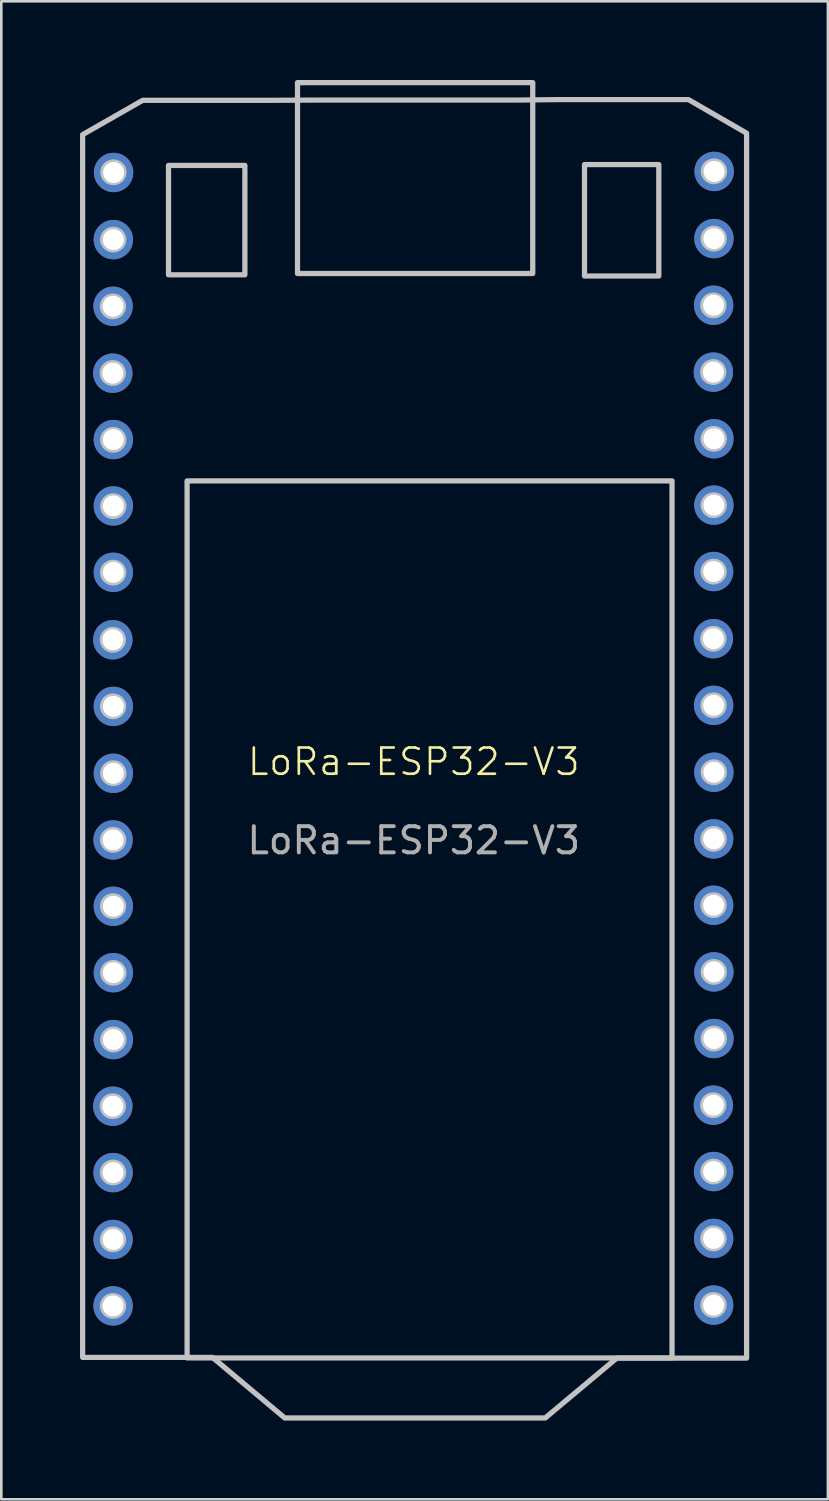
<source format=kicad_pcb>
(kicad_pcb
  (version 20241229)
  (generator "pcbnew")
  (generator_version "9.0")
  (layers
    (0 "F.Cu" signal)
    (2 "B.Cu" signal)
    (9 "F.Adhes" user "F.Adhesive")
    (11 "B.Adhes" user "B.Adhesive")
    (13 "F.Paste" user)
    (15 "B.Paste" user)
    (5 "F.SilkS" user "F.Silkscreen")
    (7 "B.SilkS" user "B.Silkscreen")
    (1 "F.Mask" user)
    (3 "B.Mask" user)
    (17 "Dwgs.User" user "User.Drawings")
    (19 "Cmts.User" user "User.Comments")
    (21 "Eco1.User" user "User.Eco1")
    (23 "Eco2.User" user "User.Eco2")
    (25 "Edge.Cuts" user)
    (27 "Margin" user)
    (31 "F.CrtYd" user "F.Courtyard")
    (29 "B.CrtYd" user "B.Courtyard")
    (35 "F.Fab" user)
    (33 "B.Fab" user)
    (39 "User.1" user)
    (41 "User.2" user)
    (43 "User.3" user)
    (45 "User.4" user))
  (footprint "LoRa-ESP32-V3"
    (layer "F.Cu")
    (at 12.72 26.484)
    (property "Reference" "LoRa-ESP32-V3" (at 0 -0.5 0) (unlocked yes) (layer "F.SilkS") (effects (font (size 1 1) (thickness 0.1))))
    (attr through_hole)
    (fp_poly (pts (xy -9.347 -19.06) (xy -9.347 -23.229) (xy -6.436 -23.229) (xy -6.436 -19.06)) (stroke (width 0.2) (type solid) (color 255 11 11 1)) (fill no) (layer "Dwgs.User"))
    (fp_poly (pts (xy -8.639 22.224) (xy -8.639 -11.204) (xy 9.845 -11.204) (xy 9.845 22.224)) (stroke (width 0.2) (type solid) (color 255 11 11 1)) (fill no) (layer "Dwgs.User"))
    (fp_poly (pts (xy -4.431 -19.109) (xy -4.431 -26.384) (xy 4.536 -26.384) (xy 4.536 -19.109)) (stroke (width 0.2) (type solid) (color 255 11 11 1)) (fill no) (layer "Dwgs.User"))
    (fp_poly (pts (xy 6.509 -19.014) (xy 6.509 -23.261) (xy 9.341 -23.261) (xy 9.341 -19.014)) (stroke (width 0.2) (type solid) (color 255 11 11 1)) (fill no) (layer "Dwgs.User"))
    (fp_poly (pts (xy 7.736 22.232) (xy 5.011 24.512) (xy -4.917 24.512) (xy -7.67 22.204) (xy -12.62 22.204) (xy -12.62 -24.403) (xy -10.33 -25.711) (xy -5.379 -25.711) (xy -3.762 -25.72) (xy 3.994 -25.72) (xy 5.48 -25.738) (xy 10.47 -25.738) (xy 12.686 -24.459) (xy 12.686 22.232)) (stroke (width 0.2) (type solid) (color 255 11 11 1)) (fill no) (layer "Dwgs.User"))
    (fp_poly (pts (xy -11.068 -15.296) (xy -11.069 -15.276) (xy -11.072 -15.257) (xy -11.075 -15.237) (xy -11.08 -15.218) (xy -11.085 -15.199) (xy -11.092 -15.181) (xy -11.099 -15.163) (xy -11.107 -15.145) (xy -11.116 -15.128) (xy -11.126 -15.112) (xy -11.136 -15.095) (xy -11.148 -15.08) (xy -11.16 -15.065) (xy -11.172 -15.051) (xy -11.186 -15.037) (xy -11.2 -15.024) (xy -11.215 -15.011) (xy -11.23 -15) (xy -11.246 -14.989) (xy -11.262 -14.978) (xy -11.279 -14.969) (xy -11.297 -14.96) (xy -11.315 -14.952) (xy -11.333 -14.945) (xy -11.352 -14.939) (xy -11.371 -14.933) (xy -11.391 -14.929) (xy -11.411 -14.925) (xy -11.431 -14.923) (xy -11.451 -14.921) (xy -11.472 -14.921) (xy -11.493 -14.921) (xy -11.514 -14.923) (xy -11.534 -14.925) (xy -11.554 -14.929) (xy -11.574 -14.933) (xy -11.593 -14.939) (xy -11.612 -14.945) (xy -11.63 -14.952) (xy -11.648 -14.96) (xy -11.665 -14.969) (xy -11.682 -14.978) (xy -11.699 -14.989) (xy -11.715 -15) (xy -11.73 -15.011) (xy -11.745 -15.024) (xy -11.759 -15.037) (xy -11.772 -15.051) (xy -11.785 -15.065) (xy -11.797 -15.08) (xy -11.808 -15.095) (xy -11.819 -15.112) (xy -11.829 -15.128) (xy -11.838 -15.145) (xy -11.846 -15.163) (xy -11.853 -15.181) (xy -11.859 -15.199) (xy -11.865 -15.218) (xy -11.869 -15.237) (xy -11.873 -15.257) (xy -11.875 -15.276) (xy -11.877 -15.296) (xy -11.878 -15.317) (xy -11.877 -15.337) (xy -11.875 -15.357) (xy -11.873 -15.377) (xy -11.869 -15.397) (xy -11.865 -15.416) (xy -11.859 -15.435) (xy -11.853 -15.453) (xy -11.846 -15.471) (xy -11.838 -15.488) (xy -11.829 -15.506) (xy -11.819 -15.522) (xy -11.808 -15.538) (xy -11.797 -15.554) (xy -11.785 -15.569) (xy -11.772 -15.583) (xy -11.759 -15.597) (xy -11.745 -15.61) (xy -11.73 -15.622) (xy -11.715 -15.634) (xy -11.699 -15.645) (xy -11.682 -15.655) (xy -11.665 -15.665) (xy -11.648 -15.674) (xy -11.63 -15.682) (xy -11.612 -15.689) (xy -11.593 -15.695) (xy -11.574 -15.7) (xy -11.554 -15.705) (xy -11.534 -15.708) (xy -11.514 -15.711) (xy -11.493 -15.712) (xy -11.472 -15.713) (xy -11.451 -15.712) (xy -11.431 -15.711) (xy -11.411 -15.708) (xy -11.391 -15.705) (xy -11.371 -15.7) (xy -11.352 -15.695) (xy -11.333 -15.689) (xy -11.315 -15.682) (xy -11.297 -15.674) (xy -11.279 -15.665) (xy -11.262 -15.655) (xy -11.246 -15.645) (xy -11.23 -15.634) (xy -11.215 -15.622) (xy -11.2 -15.61) (xy -11.186 -15.597) (xy -11.172 -15.583) (xy -11.16 -15.569) (xy -11.148 -15.554) (xy -11.136 -15.538) (xy -11.126 -15.522) (xy -11.116 -15.506) (xy -11.107 -15.488) (xy -11.099 -15.471) (xy -11.092 -15.453) (xy -11.085 -15.435) (xy -11.08 -15.416) (xy -11.075 -15.397) (xy -11.072 -15.377) (xy -11.069 -15.357) (xy -11.068 -15.337) (xy -11.067 -15.317)) (stroke (width 0.19) (type solid) (color 255 11 11 1)) (fill no) (layer "Dwgs.User"))
    (fp_poly (pts (xy -11.067 12.649) (xy -11.068 12.669) (xy -11.071 12.689) (xy -11.074 12.709) (xy -11.079 12.728) (xy -11.084 12.747) (xy -11.091 12.765) (xy -11.098 12.783) (xy -11.106 12.801) (xy -11.115 12.818) (xy -11.125 12.834) (xy -11.135 12.85) (xy -11.147 12.866) (xy -11.159 12.881) (xy -11.171 12.895) (xy -11.185 12.909) (xy -11.199 12.922) (xy -11.214 12.934) (xy -11.229 12.946) (xy -11.245 12.957) (xy -11.261 12.968) (xy -11.278 12.977) (xy -11.296 12.986) (xy -11.314 12.994) (xy -11.332 13.001) (xy -11.351 13.007) (xy -11.37 13.012) (xy -11.39 13.017) (xy -11.41 13.02) (xy -11.43 13.023) (xy -11.451 13.024) (xy -11.471 13.025) (xy -11.492 13.024) (xy -11.513 13.023) (xy -11.533 13.02) (xy -11.553 13.017) (xy -11.573 13.012) (xy -11.592 13.007) (xy -11.611 13.001) (xy -11.629 12.994) (xy -11.647 12.986) (xy -11.665 12.977) (xy -11.682 12.968) (xy -11.698 12.957) (xy -11.714 12.946) (xy -11.729 12.934) (xy -11.744 12.922) (xy -11.758 12.909) (xy -11.771 12.895) (xy -11.784 12.881) (xy -11.796 12.866) (xy -11.807 12.85) (xy -11.818 12.834) (xy -11.828 12.818) (xy -11.837 12.801) (xy -11.845 12.783) (xy -11.852 12.765) (xy -11.858 12.747) (xy -11.864 12.728) (xy -11.868 12.709) (xy -11.872 12.689) (xy -11.875 12.669) (xy -11.876 12.649) (xy -11.877 12.629) (xy -11.876 12.609) (xy -11.875 12.588) (xy -11.872 12.569) (xy -11.868 12.549) (xy -11.864 12.53) (xy -11.858 12.511) (xy -11.852 12.493) (xy -11.845 12.475) (xy -11.837 12.457) (xy -11.828 12.44) (xy -11.818 12.424) (xy -11.807 12.408) (xy -11.796 12.392) (xy -11.784 12.377) (xy -11.771 12.363) (xy -11.758 12.349) (xy -11.744 12.336) (xy -11.729 12.323) (xy -11.714 12.312) (xy -11.698 12.301) (xy -11.682 12.29) (xy -11.665 12.281) (xy -11.647 12.272) (xy -11.629 12.264) (xy -11.611 12.257) (xy -11.592 12.251) (xy -11.573 12.245) (xy -11.553 12.241) (xy -11.533 12.238) (xy -11.513 12.235) (xy -11.492 12.233) (xy -11.471 12.233) (xy -11.451 12.233) (xy -11.43 12.235) (xy -11.41 12.238) (xy -11.39 12.241) (xy -11.37 12.245) (xy -11.351 12.251) (xy -11.332 12.257) (xy -11.314 12.264) (xy -11.296 12.272) (xy -11.278 12.281) (xy -11.261 12.29) (xy -11.245 12.301) (xy -11.229 12.312) (xy -11.214 12.323) (xy -11.199 12.336) (xy -11.185 12.349) (xy -11.171 12.363) (xy -11.159 12.377) (xy -11.147 12.392) (xy -11.135 12.408) (xy -11.125 12.424) (xy -11.115 12.44) (xy -11.106 12.457) (xy -11.098 12.475) (xy -11.091 12.493) (xy -11.084 12.511) (xy -11.079 12.53) (xy -11.074 12.549) (xy -11.071 12.569) (xy -11.068 12.588) (xy -11.067 12.609) (xy -11.066 12.629)) (stroke (width 0.19) (type solid) (color 255 11 11 1)) (fill no) (layer "Dwgs.User"))
    (fp_poly (pts (xy -11.065 -5.13) (xy -11.067 -5.109) (xy -11.069 -5.09) (xy -11.073 -5.07) (xy -11.077 -5.051) (xy -11.083 -5.032) (xy -11.089 -5.014) (xy -11.096 -4.996) (xy -11.104 -4.978) (xy -11.113 -4.961) (xy -11.123 -4.945) (xy -11.134 -4.929) (xy -11.145 -4.913) (xy -11.157 -4.898) (xy -11.17 -4.884) (xy -11.183 -4.87) (xy -11.197 -4.857) (xy -11.212 -4.844) (xy -11.227 -4.833) (xy -11.243 -4.822) (xy -11.26 -4.811) (xy -11.276 -4.802) (xy -11.294 -4.793) (xy -11.312 -4.785) (xy -11.33 -4.778) (xy -11.349 -4.772) (xy -11.368 -4.766) (xy -11.388 -4.762) (xy -11.408 -4.759) (xy -11.428 -4.756) (xy -11.449 -4.755) (xy -11.47 -4.754) (xy -11.491 -4.755) (xy -11.511 -4.756) (xy -11.531 -4.759) (xy -11.551 -4.762) (xy -11.571 -4.766) (xy -11.59 -4.772) (xy -11.609 -4.778) (xy -11.627 -4.785) (xy -11.645 -4.793) (xy -11.663 -4.802) (xy -11.68 -4.811) (xy -11.696 -4.822) (xy -11.712 -4.833) (xy -11.727 -4.844) (xy -11.742 -4.857) (xy -11.756 -4.87) (xy -11.77 -4.884) (xy -11.782 -4.898) (xy -11.794 -4.913) (xy -11.806 -4.929) (xy -11.816 -4.945) (xy -11.826 -4.961) (xy -11.835 -4.978) (xy -11.843 -4.996) (xy -11.85 -5.014) (xy -11.857 -5.032) (xy -11.862 -5.051) (xy -11.867 -5.07) (xy -11.87 -5.09) (xy -11.873 -5.109) (xy -11.874 -5.13) (xy -11.875 -5.15) (xy -11.874 -5.17) (xy -11.873 -5.19) (xy -11.87 -5.21) (xy -11.867 -5.23) (xy -11.862 -5.249) (xy -11.857 -5.268) (xy -11.85 -5.286) (xy -11.843 -5.304) (xy -11.835 -5.322) (xy -11.826 -5.339) (xy -11.816 -5.355) (xy -11.806 -5.371) (xy -11.794 -5.387) (xy -11.782 -5.402) (xy -11.77 -5.416) (xy -11.756 -5.43) (xy -11.742 -5.443) (xy -11.727 -5.455) (xy -11.712 -5.467) (xy -11.696 -5.478) (xy -11.68 -5.489) (xy -11.663 -5.498) (xy -11.645 -5.507) (xy -11.627 -5.515) (xy -11.609 -5.522) (xy -11.59 -5.528) (xy -11.571 -5.533) (xy -11.551 -5.538) (xy -11.531 -5.541) (xy -11.511 -5.544) (xy -11.491 -5.545) (xy -11.47 -5.546) (xy -11.449 -5.545) (xy -11.428 -5.544) (xy -11.408 -5.541) (xy -11.388 -5.538) (xy -11.368 -5.533) (xy -11.349 -5.528) (xy -11.33 -5.522) (xy -11.312 -5.515) (xy -11.294 -5.507) (xy -11.276 -5.498) (xy -11.26 -5.489) (xy -11.243 -5.478) (xy -11.227 -5.467) (xy -11.212 -5.455) (xy -11.197 -5.443) (xy -11.183 -5.43) (xy -11.17 -5.416) (xy -11.157 -5.402) (xy -11.145 -5.387) (xy -11.134 -5.371) (xy -11.123 -5.355) (xy -11.113 -5.339) (xy -11.104 -5.322) (xy -11.096 -5.304) (xy -11.089 -5.286) (xy -11.083 -5.268) (xy -11.077 -5.249) (xy -11.073 -5.23) (xy -11.069 -5.21) (xy -11.067 -5.19) (xy -11.065 -5.17) (xy -11.064 -5.15)) (stroke (width 0.19) (type solid) (color 255 11 11 1)) (fill no) (layer "Dwgs.User"))
    (fp_poly (pts (xy -11.061 -17.835) (xy -11.062 -17.815) (xy -11.065 -17.795) (xy -11.068 -17.776) (xy -11.073 -17.756) (xy -11.078 -17.738) (xy -11.085 -17.719) (xy -11.092 -17.701) (xy -11.1 -17.684) (xy -11.109 -17.667) (xy -11.119 -17.65) (xy -11.129 -17.634) (xy -11.141 -17.619) (xy -11.153 -17.604) (xy -11.165 -17.589) (xy -11.179 -17.575) (xy -11.193 -17.562) (xy -11.208 -17.55) (xy -11.223 -17.538) (xy -11.239 -17.527) (xy -11.255 -17.517) (xy -11.272 -17.507) (xy -11.29 -17.499) (xy -11.308 -17.491) (xy -11.326 -17.484) (xy -11.345 -17.477) (xy -11.364 -17.472) (xy -11.384 -17.468) (xy -11.404 -17.464) (xy -11.424 -17.462) (xy -11.445 -17.46) (xy -11.465 -17.459) (xy -11.486 -17.46) (xy -11.507 -17.462) (xy -11.527 -17.464) (xy -11.547 -17.468) (xy -11.567 -17.472) (xy -11.586 -17.477) (xy -11.605 -17.484) (xy -11.623 -17.491) (xy -11.641 -17.499) (xy -11.659 -17.507) (xy -11.675 -17.517) (xy -11.692 -17.527) (xy -11.708 -17.538) (xy -11.723 -17.55) (xy -11.738 -17.562) (xy -11.752 -17.575) (xy -11.765 -17.589) (xy -11.778 -17.604) (xy -11.79 -17.619) (xy -11.801 -17.634) (xy -11.812 -17.65) (xy -11.822 -17.667) (xy -11.831 -17.684) (xy -11.839 -17.701) (xy -11.846 -17.719) (xy -11.852 -17.738) (xy -11.858 -17.756) (xy -11.862 -17.776) (xy -11.866 -17.795) (xy -11.869 -17.815) (xy -11.87 -17.835) (xy -11.871 -17.855) (xy -11.87 -17.876) (xy -11.869 -17.896) (xy -11.866 -17.916) (xy -11.862 -17.935) (xy -11.858 -17.954) (xy -11.852 -17.973) (xy -11.846 -17.992) (xy -11.839 -18.01) (xy -11.831 -18.027) (xy -11.822 -18.044) (xy -11.812 -18.061) (xy -11.801 -18.077) (xy -11.79 -18.092) (xy -11.778 -18.107) (xy -11.765 -18.122) (xy -11.752 -18.135) (xy -11.738 -18.149) (xy -11.723 -18.161) (xy -11.708 -18.173) (xy -11.692 -18.184) (xy -11.675 -18.194) (xy -11.659 -18.204) (xy -11.641 -18.212) (xy -11.623 -18.22) (xy -11.605 -18.227) (xy -11.586 -18.234) (xy -11.567 -18.239) (xy -11.547 -18.243) (xy -11.527 -18.247) (xy -11.507 -18.249) (xy -11.486 -18.251) (xy -11.465 -18.251) (xy -11.445 -18.251) (xy -11.424 -18.249) (xy -11.404 -18.247) (xy -11.384 -18.243) (xy -11.364 -18.239) (xy -11.345 -18.234) (xy -11.326 -18.227) (xy -11.308 -18.22) (xy -11.29 -18.212) (xy -11.272 -18.204) (xy -11.255 -18.194) (xy -11.239 -18.184) (xy -11.223 -18.173) (xy -11.208 -18.161) (xy -11.193 -18.149) (xy -11.179 -18.135) (xy -11.165 -18.122) (xy -11.153 -18.107) (xy -11.141 -18.092) (xy -11.129 -18.077) (xy -11.119 -18.061) (xy -11.109 -18.044) (xy -11.1 -18.027) (xy -11.092 -18.01) (xy -11.085 -17.992) (xy -11.078 -17.973) (xy -11.073 -17.954) (xy -11.068 -17.935) (xy -11.065 -17.916) (xy -11.062 -17.896) (xy -11.061 -17.876) (xy -11.06 -17.855)) (stroke (width 0.19) (type solid) (color 255 11 11 1)) (fill no) (layer "Dwgs.User"))
    (fp_poly (pts (xy -11.059 17.727) (xy -11.06 17.747) (xy -11.063 17.767) (xy -11.066 17.787) (xy -11.071 17.806) (xy -11.076 17.825) (xy -11.083 17.843) (xy -11.09 17.861) (xy -11.098 17.879) (xy -11.107 17.896) (xy -11.117 17.912) (xy -11.127 17.928) (xy -11.139 17.944) (xy -11.151 17.959) (xy -11.163 17.973) (xy -11.177 17.987) (xy -11.191 18) (xy -11.206 18.012) (xy -11.221 18.024) (xy -11.237 18.035) (xy -11.253 18.046) (xy -11.27 18.055) (xy -11.288 18.064) (xy -11.306 18.072) (xy -11.324 18.079) (xy -11.343 18.085) (xy -11.362 18.09) (xy -11.382 18.095) (xy -11.402 18.098) (xy -11.422 18.101) (xy -11.442 18.102) (xy -11.463 18.103) (xy -11.484 18.102) (xy -11.505 18.101) (xy -11.525 18.098) (xy -11.545 18.095) (xy -11.565 18.09) (xy -11.584 18.085) (xy -11.603 18.079) (xy -11.621 18.072) (xy -11.639 18.064) (xy -11.656 18.055) (xy -11.673 18.046) (xy -11.69 18.035) (xy -11.706 18.024) (xy -11.721 18.012) (xy -11.736 18) (xy -11.75 17.987) (xy -11.763 17.973) (xy -11.776 17.959) (xy -11.788 17.944) (xy -11.799 17.928) (xy -11.81 17.912) (xy -11.82 17.896) (xy -11.829 17.879) (xy -11.837 17.861) (xy -11.844 17.843) (xy -11.85 17.825) (xy -11.856 17.806) (xy -11.86 17.787) (xy -11.864 17.767) (xy -11.866 17.747) (xy -11.868 17.727) (xy -11.869 17.707) (xy -11.868 17.687) (xy -11.866 17.666) (xy -11.864 17.647) (xy -11.86 17.627) (xy -11.856 17.608) (xy -11.85 17.589) (xy -11.844 17.571) (xy -11.837 17.553) (xy -11.829 17.535) (xy -11.82 17.518) (xy -11.81 17.502) (xy -11.799 17.486) (xy -11.788 17.47) (xy -11.776 17.455) (xy -11.763 17.441) (xy -11.75 17.427) (xy -11.736 17.414) (xy -11.721 17.401) (xy -11.706 17.39) (xy -11.69 17.379) (xy -11.673 17.368) (xy -11.656 17.359) (xy -11.639 17.35) (xy -11.621 17.342) (xy -11.603 17.335) (xy -11.584 17.329) (xy -11.565 17.323) (xy -11.545 17.319) (xy -11.525 17.316) (xy -11.505 17.313) (xy -11.484 17.311) (xy -11.463 17.311) (xy -11.442 17.311) (xy -11.422 17.313) (xy -11.402 17.316) (xy -11.382 17.319) (xy -11.362 17.323) (xy -11.343 17.329) (xy -11.324 17.335) (xy -11.306 17.342) (xy -11.288 17.35) (xy -11.27 17.359) (xy -11.253 17.368) (xy -11.237 17.379) (xy -11.221 17.39) (xy -11.206 17.401) (xy -11.191 17.414) (xy -11.177 17.427) (xy -11.163 17.441) (xy -11.151 17.455) (xy -11.139 17.47) (xy -11.127 17.486) (xy -11.117 17.502) (xy -11.107 17.518) (xy -11.098 17.535) (xy -11.09 17.553) (xy -11.083 17.571) (xy -11.076 17.589) (xy -11.071 17.608) (xy -11.066 17.627) (xy -11.063 17.647) (xy -11.06 17.666) (xy -11.059 17.687) (xy -11.058 17.707)) (stroke (width 0.19) (type solid) (color 255 11 11 1)) (fill no) (layer "Dwgs.User"))
    (fp_poly (pts (xy -11.057 15.176) (xy -11.058 15.196) (xy -11.061 15.216) (xy -11.065 15.236) (xy -11.069 15.255) (xy -11.075 15.274) (xy -11.081 15.292) (xy -11.088 15.31) (xy -11.096 15.328) (xy -11.105 15.345) (xy -11.115 15.361) (xy -11.126 15.377) (xy -11.137 15.393) (xy -11.149 15.408) (xy -11.162 15.422) (xy -11.175 15.436) (xy -11.189 15.449) (xy -11.204 15.461) (xy -11.219 15.473) (xy -11.235 15.484) (xy -11.251 15.495) (xy -11.268 15.504) (xy -11.286 15.513) (xy -11.304 15.521) (xy -11.322 15.528) (xy -11.341 15.534) (xy -11.36 15.539) (xy -11.38 15.544) (xy -11.4 15.547) (xy -11.42 15.55) (xy -11.441 15.551) (xy -11.462 15.552) (xy -11.482 15.551) (xy -11.503 15.55) (xy -11.523 15.547) (xy -11.543 15.544) (xy -11.563 15.539) (xy -11.582 15.534) (xy -11.601 15.528) (xy -11.619 15.521) (xy -11.637 15.513) (xy -11.655 15.504) (xy -11.672 15.495) (xy -11.688 15.484) (xy -11.704 15.473) (xy -11.719 15.461) (xy -11.734 15.449) (xy -11.748 15.436) (xy -11.762 15.422) (xy -11.774 15.408) (xy -11.786 15.393) (xy -11.798 15.377) (xy -11.808 15.361) (xy -11.818 15.345) (xy -11.827 15.328) (xy -11.835 15.31) (xy -11.842 15.292) (xy -11.849 15.274) (xy -11.854 15.255) (xy -11.859 15.236) (xy -11.862 15.216) (xy -11.865 15.196) (xy -11.866 15.176) (xy -11.867 15.156) (xy -11.866 15.136) (xy -11.865 15.115) (xy -11.862 15.096) (xy -11.859 15.076) (xy -11.854 15.057) (xy -11.849 15.038) (xy -11.842 15.02) (xy -11.835 15.002) (xy -11.827 14.984) (xy -11.818 14.967) (xy -11.808 14.951) (xy -11.798 14.935) (xy -11.786 14.919) (xy -11.774 14.904) (xy -11.762 14.89) (xy -11.748 14.876) (xy -11.734 14.863) (xy -11.719 14.85) (xy -11.704 14.839) (xy -11.688 14.828) (xy -11.672 14.817) (xy -11.655 14.808) (xy -11.637 14.799) (xy -11.619 14.791) (xy -11.601 14.784) (xy -11.582 14.778) (xy -11.563 14.772) (xy -11.543 14.768) (xy -11.523 14.765) (xy -11.503 14.762) (xy -11.482 14.76) (xy -11.462 14.76) (xy -11.441 14.76) (xy -11.42 14.762) (xy -11.4 14.765) (xy -11.38 14.768) (xy -11.36 14.772) (xy -11.341 14.778) (xy -11.322 14.784) (xy -11.304 14.791) (xy -11.286 14.799) (xy -11.268 14.808) (xy -11.251 14.817) (xy -11.235 14.828) (xy -11.219 14.839) (xy -11.204 14.85) (xy -11.189 14.863) (xy -11.175 14.876) (xy -11.162 14.89) (xy -11.149 14.904) (xy -11.137 14.919) (xy -11.126 14.935) (xy -11.115 14.951) (xy -11.105 14.967) (xy -11.096 14.984) (xy -11.088 15.002) (xy -11.081 15.02) (xy -11.075 15.038) (xy -11.069 15.057) (xy -11.065 15.076) (xy -11.061 15.096) (xy -11.058 15.115) (xy -11.057 15.136) (xy -11.056 15.156)) (stroke (width 0.19) (type solid) (color 255 11 11 1)) (fill no) (layer "Dwgs.User"))
    (fp_poly (pts (xy -11.057 20.263) (xy -11.058 20.283) (xy -11.061 20.303) (xy -11.065 20.323) (xy -11.069 20.342) (xy -11.075 20.361) (xy -11.081 20.379) (xy -11.088 20.397) (xy -11.096 20.414) (xy -11.105 20.432) (xy -11.115 20.448) (xy -11.126 20.464) (xy -11.137 20.48) (xy -11.149 20.495) (xy -11.162 20.509) (xy -11.175 20.523) (xy -11.189 20.536) (xy -11.204 20.548) (xy -11.219 20.56) (xy -11.235 20.571) (xy -11.251 20.581) (xy -11.268 20.591) (xy -11.286 20.6) (xy -11.304 20.608) (xy -11.322 20.615) (xy -11.341 20.621) (xy -11.36 20.626) (xy -11.38 20.631) (xy -11.4 20.634) (xy -11.42 20.637) (xy -11.441 20.638) (xy -11.462 20.639) (xy -11.482 20.638) (xy -11.503 20.637) (xy -11.523 20.634) (xy -11.543 20.631) (xy -11.563 20.626) (xy -11.582 20.621) (xy -11.601 20.615) (xy -11.619 20.608) (xy -11.637 20.6) (xy -11.655 20.591) (xy -11.672 20.581) (xy -11.688 20.571) (xy -11.704 20.56) (xy -11.719 20.548) (xy -11.734 20.536) (xy -11.748 20.523) (xy -11.762 20.509) (xy -11.774 20.495) (xy -11.786 20.48) (xy -11.798 20.464) (xy -11.808 20.448) (xy -11.818 20.432) (xy -11.827 20.414) (xy -11.835 20.397) (xy -11.842 20.379) (xy -11.849 20.361) (xy -11.854 20.342) (xy -11.859 20.323) (xy -11.862 20.303) (xy -11.865 20.283) (xy -11.866 20.263) (xy -11.867 20.243) (xy -11.866 20.222) (xy -11.865 20.202) (xy -11.862 20.183) (xy -11.859 20.163) (xy -11.854 20.144) (xy -11.849 20.125) (xy -11.842 20.107) (xy -11.835 20.089) (xy -11.827 20.071) (xy -11.818 20.054) (xy -11.808 20.038) (xy -11.798 20.021) (xy -11.786 20.006) (xy -11.774 19.991) (xy -11.762 19.977) (xy -11.748 19.963) (xy -11.734 19.95) (xy -11.719 19.937) (xy -11.704 19.926) (xy -11.688 19.915) (xy -11.672 19.904) (xy -11.655 19.895) (xy -11.637 19.886) (xy -11.619 19.878) (xy -11.601 19.871) (xy -11.582 19.865) (xy -11.563 19.859) (xy -11.543 19.855) (xy -11.523 19.851) (xy -11.503 19.849) (xy -11.482 19.847) (xy -11.462 19.847) (xy -11.441 19.847) (xy -11.42 19.849) (xy -11.4 19.851) (xy -11.38 19.855) (xy -11.36 19.859) (xy -11.341 19.865) (xy -11.322 19.871) (xy -11.304 19.878) (xy -11.286 19.886) (xy -11.268 19.895) (xy -11.251 19.904) (xy -11.235 19.915) (xy -11.219 19.926) (xy -11.204 19.937) (xy -11.189 19.95) (xy -11.175 19.963) (xy -11.162 19.977) (xy -11.149 19.991) (xy -11.137 20.006) (xy -11.126 20.021) (xy -11.115 20.038) (xy -11.105 20.054) (xy -11.096 20.071) (xy -11.088 20.089) (xy -11.081 20.107) (xy -11.075 20.125) (xy -11.069 20.144) (xy -11.065 20.163) (xy -11.061 20.183) (xy -11.058 20.202) (xy -11.057 20.222) (xy -11.056 20.243)) (stroke (width 0.19) (type solid) (color 255 11 11 1)) (fill no) (layer "Dwgs.User"))
    (fp_poly (pts (xy -11.056 5.024) (xy -11.058 5.044) (xy -11.06 5.064) (xy -11.064 5.083) (xy -11.068 5.102) (xy -11.074 5.121) (xy -11.08 5.14) (xy -11.087 5.158) (xy -11.095 5.175) (xy -11.104 5.192) (xy -11.114 5.209) (xy -11.125 5.225) (xy -11.136 5.24) (xy -11.148 5.255) (xy -11.161 5.27) (xy -11.174 5.283) (xy -11.188 5.296) (xy -11.203 5.309) (xy -11.218 5.321) (xy -11.234 5.332) (xy -11.251 5.342) (xy -11.268 5.352) (xy -11.285 5.36) (xy -11.303 5.368) (xy -11.321 5.375) (xy -11.34 5.382) (xy -11.359 5.387) (xy -11.379 5.391) (xy -11.399 5.395) (xy -11.419 5.397) (xy -11.44 5.399) (xy -11.461 5.399) (xy -11.482 5.399) (xy -11.502 5.397) (xy -11.522 5.395) (xy -11.542 5.391) (xy -11.562 5.387) (xy -11.581 5.382) (xy -11.6 5.375) (xy -11.618 5.368) (xy -11.636 5.36) (xy -11.654 5.352) (xy -11.671 5.342) (xy -11.687 5.332) (xy -11.703 5.321) (xy -11.718 5.309) (xy -11.733 5.296) (xy -11.747 5.283) (xy -11.761 5.27) (xy -11.773 5.255) (xy -11.785 5.24) (xy -11.797 5.225) (xy -11.807 5.209) (xy -11.817 5.192) (xy -11.826 5.175) (xy -11.834 5.158) (xy -11.841 5.14) (xy -11.848 5.121) (xy -11.853 5.102) (xy -11.858 5.083) (xy -11.861 5.064) (xy -11.864 5.044) (xy -11.865 5.024) (xy -11.866 5.003) (xy -11.865 4.983) (xy -11.864 4.963) (xy -11.861 4.943) (xy -11.858 4.924) (xy -11.853 4.904) (xy -11.848 4.886) (xy -11.841 4.867) (xy -11.834 4.849) (xy -11.826 4.832) (xy -11.817 4.815) (xy -11.807 4.798) (xy -11.797 4.782) (xy -11.785 4.767) (xy -11.773 4.752) (xy -11.761 4.737) (xy -11.747 4.723) (xy -11.733 4.71) (xy -11.718 4.698) (xy -11.703 4.686) (xy -11.687 4.675) (xy -11.671 4.665) (xy -11.654 4.655) (xy -11.636 4.647) (xy -11.618 4.639) (xy -11.6 4.632) (xy -11.581 4.625) (xy -11.562 4.62) (xy -11.542 4.616) (xy -11.522 4.612) (xy -11.502 4.61) (xy -11.482 4.608) (xy -11.461 4.607) (xy -11.44 4.608) (xy -11.419 4.61) (xy -11.399 4.612) (xy -11.379 4.616) (xy -11.359 4.62) (xy -11.34 4.625) (xy -11.321 4.632) (xy -11.303 4.639) (xy -11.285 4.647) (xy -11.268 4.655) (xy -11.251 4.665) (xy -11.234 4.675) (xy -11.218 4.686) (xy -11.203 4.698) (xy -11.188 4.71) (xy -11.174 4.723) (xy -11.161 4.737) (xy -11.148 4.752) (xy -11.136 4.767) (xy -11.125 4.782) (xy -11.114 4.798) (xy -11.104 4.815) (xy -11.095 4.832) (xy -11.087 4.849) (xy -11.08 4.867) (xy -11.074 4.886) (xy -11.068 4.904) (xy -11.064 4.924) (xy -11.06 4.943) (xy -11.058 4.963) (xy -11.056 4.983) (xy -11.055 5.003)) (stroke (width 0.19) (type solid) (color 255 11 11 1)) (fill no) (layer "Dwgs.User"))
    (fp_poly (pts (xy -11.055 -2.592) (xy -11.057 -2.572) (xy -11.059 -2.552) (xy -11.063 -2.532) (xy -11.067 -2.513) (xy -11.073 -2.495) (xy -11.079 -2.476) (xy -11.086 -2.458) (xy -11.095 -2.441) (xy -11.103 -2.424) (xy -11.113 -2.407) (xy -11.124 -2.391) (xy -11.135 -2.375) (xy -11.147 -2.36) (xy -11.16 -2.346) (xy -11.173 -2.332) (xy -11.187 -2.319) (xy -11.202 -2.307) (xy -11.217 -2.295) (xy -11.233 -2.284) (xy -11.25 -2.274) (xy -11.267 -2.264) (xy -11.284 -2.255) (xy -11.302 -2.247) (xy -11.32 -2.24) (xy -11.339 -2.234) (xy -11.359 -2.229) (xy -11.378 -2.224) (xy -11.398 -2.221) (xy -11.418 -2.218) (xy -11.439 -2.217) (xy -11.46 -2.216) (xy -11.481 -2.217) (xy -11.501 -2.218) (xy -11.522 -2.221) (xy -11.541 -2.224) (xy -11.561 -2.229) (xy -11.58 -2.234) (xy -11.599 -2.24) (xy -11.618 -2.247) (xy -11.636 -2.255) (xy -11.653 -2.264) (xy -11.67 -2.274) (xy -11.686 -2.284) (xy -11.702 -2.295) (xy -11.718 -2.307) (xy -11.732 -2.319) (xy -11.746 -2.332) (xy -11.76 -2.346) (xy -11.773 -2.36) (xy -11.785 -2.375) (xy -11.796 -2.391) (xy -11.806 -2.407) (xy -11.816 -2.424) (xy -11.825 -2.441) (xy -11.833 -2.458) (xy -11.84 -2.476) (xy -11.847 -2.495) (xy -11.852 -2.513) (xy -11.857 -2.532) (xy -11.86 -2.552) (xy -11.863 -2.572) (xy -11.865 -2.592) (xy -11.865 -2.612) (xy -11.865 -2.633) (xy -11.863 -2.653) (xy -11.86 -2.673) (xy -11.857 -2.692) (xy -11.852 -2.711) (xy -11.847 -2.73) (xy -11.84 -2.748) (xy -11.833 -2.766) (xy -11.825 -2.784) (xy -11.816 -2.801) (xy -11.806 -2.818) (xy -11.796 -2.834) (xy -11.785 -2.849) (xy -11.773 -2.864) (xy -11.76 -2.878) (xy -11.746 -2.892) (xy -11.732 -2.905) (xy -11.718 -2.918) (xy -11.702 -2.93) (xy -11.686 -2.941) (xy -11.67 -2.951) (xy -11.653 -2.96) (xy -11.636 -2.969) (xy -11.618 -2.977) (xy -11.599 -2.984) (xy -11.58 -2.99) (xy -11.561 -2.996) (xy -11.541 -3) (xy -11.522 -3.004) (xy -11.501 -3.006) (xy -11.481 -3.008) (xy -11.46 -3.008) (xy -11.439 -3.008) (xy -11.418 -3.006) (xy -11.398 -3.004) (xy -11.378 -3) (xy -11.359 -2.996) (xy -11.339 -2.99) (xy -11.32 -2.984) (xy -11.302 -2.977) (xy -11.284 -2.969) (xy -11.267 -2.96) (xy -11.25 -2.951) (xy -11.233 -2.941) (xy -11.217 -2.93) (xy -11.202 -2.918) (xy -11.187 -2.905) (xy -11.173 -2.892) (xy -11.16 -2.878) (xy -11.147 -2.864) (xy -11.135 -2.849) (xy -11.124 -2.834) (xy -11.113 -2.818) (xy -11.103 -2.801) (xy -11.095 -2.784) (xy -11.086 -2.766) (xy -11.079 -2.748) (xy -11.073 -2.73) (xy -11.067 -2.711) (xy -11.063 -2.692) (xy -11.059 -2.673) (xy -11.057 -2.653) (xy -11.055 -2.633) (xy -11.055 -2.612)) (stroke (width 0.19) (type solid) (color 255 11 11 1)) (fill no) (layer "Dwgs.User"))
    (fp_poly (pts (xy -11.055 2.497) (xy -11.057 2.517) (xy -11.059 2.537) (xy -11.063 2.556) (xy -11.067 2.575) (xy -11.073 2.594) (xy -11.079 2.613) (xy -11.086 2.631) (xy -11.095 2.648) (xy -11.103 2.665) (xy -11.113 2.682) (xy -11.124 2.698) (xy -11.135 2.713) (xy -11.147 2.728) (xy -11.16 2.743) (xy -11.173 2.756) (xy -11.187 2.77) (xy -11.202 2.782) (xy -11.217 2.794) (xy -11.233 2.805) (xy -11.25 2.815) (xy -11.267 2.825) (xy -11.284 2.833) (xy -11.302 2.841) (xy -11.32 2.848) (xy -11.339 2.855) (xy -11.359 2.86) (xy -11.378 2.864) (xy -11.398 2.868) (xy -11.418 2.87) (xy -11.439 2.872) (xy -11.46 2.872) (xy -11.481 2.872) (xy -11.501 2.87) (xy -11.522 2.868) (xy -11.541 2.864) (xy -11.561 2.86) (xy -11.58 2.855) (xy -11.599 2.848) (xy -11.618 2.841) (xy -11.636 2.833) (xy -11.653 2.825) (xy -11.67 2.815) (xy -11.686 2.805) (xy -11.702 2.794) (xy -11.718 2.782) (xy -11.732 2.77) (xy -11.746 2.756) (xy -11.76 2.743) (xy -11.773 2.728) (xy -11.785 2.713) (xy -11.796 2.698) (xy -11.806 2.682) (xy -11.816 2.665) (xy -11.825 2.648) (xy -11.833 2.631) (xy -11.84 2.613) (xy -11.847 2.594) (xy -11.852 2.575) (xy -11.857 2.556) (xy -11.86 2.537) (xy -11.863 2.517) (xy -11.865 2.497) (xy -11.865 2.476) (xy -11.865 2.456) (xy -11.863 2.436) (xy -11.86 2.416) (xy -11.857 2.397) (xy -11.852 2.377) (xy -11.847 2.359) (xy -11.84 2.34) (xy -11.833 2.322) (xy -11.825 2.305) (xy -11.816 2.288) (xy -11.806 2.271) (xy -11.796 2.255) (xy -11.785 2.24) (xy -11.773 2.225) (xy -11.76 2.21) (xy -11.746 2.196) (xy -11.732 2.183) (xy -11.718 2.171) (xy -11.702 2.159) (xy -11.686 2.148) (xy -11.67 2.138) (xy -11.653 2.128) (xy -11.636 2.12) (xy -11.618 2.112) (xy -11.599 2.105) (xy -11.58 2.098) (xy -11.561 2.093) (xy -11.541 2.089) (xy -11.522 2.085) (xy -11.501 2.083) (xy -11.481 2.081) (xy -11.46 2.08) (xy -11.439 2.081) (xy -11.418 2.083) (xy -11.398 2.085) (xy -11.378 2.089) (xy -11.359 2.093) (xy -11.339 2.098) (xy -11.32 2.105) (xy -11.302 2.112) (xy -11.284 2.12) (xy -11.267 2.128) (xy -11.25 2.138) (xy -11.233 2.148) (xy -11.217 2.159) (xy -11.202 2.171) (xy -11.187 2.183) (xy -11.173 2.196) (xy -11.16 2.21) (xy -11.147 2.225) (xy -11.135 2.24) (xy -11.124 2.255) (xy -11.113 2.271) (xy -11.103 2.288) (xy -11.095 2.305) (xy -11.086 2.322) (xy -11.079 2.34) (xy -11.073 2.359) (xy -11.067 2.377) (xy -11.063 2.397) (xy -11.059 2.416) (xy -11.057 2.436) (xy -11.055 2.456) (xy -11.055 2.476)) (stroke (width 0.19) (type solid) (color 255 11 11 1)) (fill no) (layer "Dwgs.User"))
    (fp_poly (pts (xy -11.054 -7.69) (xy -11.056 -7.669) (xy -11.058 -7.65) (xy -11.062 -7.63) (xy -11.066 -7.611) (xy -11.072 -7.592) (xy -11.078 -7.574) (xy -11.086 -7.556) (xy -11.094 -7.538) (xy -11.103 -7.521) (xy -11.112 -7.505) (xy -11.123 -7.489) (xy -11.134 -7.473) (xy -11.146 -7.458) (xy -11.159 -7.444) (xy -11.172 -7.43) (xy -11.186 -7.417) (xy -11.201 -7.404) (xy -11.216 -7.393) (xy -11.232 -7.382) (xy -11.249 -7.371) (xy -11.266 -7.362) (xy -11.283 -7.353) (xy -11.301 -7.345) (xy -11.32 -7.338) (xy -11.338 -7.332) (xy -11.358 -7.326) (xy -11.377 -7.322) (xy -11.397 -7.319) (xy -11.418 -7.316) (xy -11.438 -7.315) (xy -11.459 -7.314) (xy -11.48 -7.315) (xy -11.5 -7.316) (xy -11.521 -7.319) (xy -11.541 -7.322) (xy -11.56 -7.326) (xy -11.579 -7.332) (xy -11.598 -7.338) (xy -11.617 -7.345) (xy -11.635 -7.353) (xy -11.652 -7.362) (xy -11.669 -7.371) (xy -11.686 -7.382) (xy -11.701 -7.393) (xy -11.717 -7.404) (xy -11.731 -7.417) (xy -11.746 -7.43) (xy -11.759 -7.444) (xy -11.772 -7.458) (xy -11.784 -7.473) (xy -11.795 -7.489) (xy -11.806 -7.505) (xy -11.815 -7.521) (xy -11.824 -7.538) (xy -11.832 -7.556) (xy -11.84 -7.574) (xy -11.846 -7.592) (xy -11.851 -7.611) (xy -11.856 -7.63) (xy -11.86 -7.65) (xy -11.862 -7.669) (xy -11.864 -7.69) (xy -11.864 -7.71) (xy -11.864 -7.73) (xy -11.862 -7.75) (xy -11.86 -7.77) (xy -11.856 -7.79) (xy -11.851 -7.809) (xy -11.846 -7.828) (xy -11.84 -7.846) (xy -11.832 -7.864) (xy -11.824 -7.882) (xy -11.815 -7.899) (xy -11.806 -7.915) (xy -11.795 -7.931) (xy -11.784 -7.947) (xy -11.772 -7.962) (xy -11.759 -7.976) (xy -11.746 -7.99) (xy -11.731 -8.003) (xy -11.717 -8.015) (xy -11.701 -8.027) (xy -11.686 -8.038) (xy -11.669 -8.049) (xy -11.652 -8.058) (xy -11.635 -8.067) (xy -11.617 -8.075) (xy -11.598 -8.082) (xy -11.579 -8.088) (xy -11.56 -8.093) (xy -11.541 -8.098) (xy -11.521 -8.101) (xy -11.5 -8.104) (xy -11.48 -8.105) (xy -11.459 -8.106) (xy -11.438 -8.105) (xy -11.418 -8.104) (xy -11.397 -8.101) (xy -11.377 -8.098) (xy -11.358 -8.093) (xy -11.338 -8.088) (xy -11.32 -8.082) (xy -11.301 -8.075) (xy -11.283 -8.067) (xy -11.266 -8.058) (xy -11.249 -8.049) (xy -11.232 -8.038) (xy -11.216 -8.027) (xy -11.201 -8.015) (xy -11.186 -8.003) (xy -11.172 -7.99) (xy -11.159 -7.976) (xy -11.146 -7.962) (xy -11.134 -7.947) (xy -11.123 -7.931) (xy -11.112 -7.915) (xy -11.103 -7.899) (xy -11.094 -7.882) (xy -11.086 -7.864) (xy -11.078 -7.846) (xy -11.072 -7.828) (xy -11.066 -7.809) (xy -11.062 -7.79) (xy -11.058 -7.77) (xy -11.056 -7.75) (xy -11.054 -7.73) (xy -11.054 -7.71)) (stroke (width 0.19) (type solid) (color 255 11 11 1)) (fill no) (layer "Dwgs.User"))
    (fp_poly (pts (xy -11.051 -20.381) (xy -11.052 -20.361) (xy -11.055 -20.342) (xy -11.059 -20.322) (xy -11.063 -20.303) (xy -11.068 -20.284) (xy -11.075 -20.266) (xy -11.082 -20.248) (xy -11.09 -20.23) (xy -11.099 -20.213) (xy -11.109 -20.197) (xy -11.119 -20.181) (xy -11.131 -20.165) (xy -11.143 -20.15) (xy -11.156 -20.136) (xy -11.169 -20.122) (xy -11.183 -20.109) (xy -11.198 -20.096) (xy -11.213 -20.085) (xy -11.229 -20.074) (xy -11.245 -20.063) (xy -11.262 -20.054) (xy -11.28 -20.045) (xy -11.298 -20.037) (xy -11.316 -20.03) (xy -11.335 -20.024) (xy -11.354 -20.018) (xy -11.374 -20.014) (xy -11.394 -20.011) (xy -11.414 -20.008) (xy -11.435 -20.006) (xy -11.456 -20.006) (xy -11.476 -20.006) (xy -11.497 -20.008) (xy -11.517 -20.011) (xy -11.537 -20.014) (xy -11.557 -20.018) (xy -11.576 -20.024) (xy -11.595 -20.03) (xy -11.613 -20.037) (xy -11.631 -20.045) (xy -11.649 -20.054) (xy -11.666 -20.063) (xy -11.682 -20.074) (xy -11.698 -20.085) (xy -11.713 -20.096) (xy -11.728 -20.109) (xy -11.742 -20.122) (xy -11.755 -20.136) (xy -11.768 -20.15) (xy -11.78 -20.165) (xy -11.792 -20.181) (xy -11.802 -20.197) (xy -11.812 -20.213) (xy -11.821 -20.23) (xy -11.829 -20.248) (xy -11.836 -20.266) (xy -11.843 -20.284) (xy -11.848 -20.303) (xy -11.853 -20.322) (xy -11.856 -20.342) (xy -11.859 -20.361) (xy -11.86 -20.381) (xy -11.861 -20.402) (xy -11.86 -20.422) (xy -11.859 -20.442) (xy -11.856 -20.462) (xy -11.853 -20.482) (xy -11.848 -20.501) (xy -11.843 -20.52) (xy -11.836 -20.538) (xy -11.829 -20.556) (xy -11.821 -20.574) (xy -11.812 -20.591) (xy -11.802 -20.607) (xy -11.792 -20.623) (xy -11.78 -20.639) (xy -11.768 -20.654) (xy -11.755 -20.668) (xy -11.742 -20.682) (xy -11.728 -20.695) (xy -11.713 -20.707) (xy -11.698 -20.719) (xy -11.682 -20.73) (xy -11.666 -20.74) (xy -11.649 -20.75) (xy -11.631 -20.759) (xy -11.613 -20.767) (xy -11.595 -20.774) (xy -11.576 -20.78) (xy -11.557 -20.785) (xy -11.537 -20.79) (xy -11.517 -20.793) (xy -11.497 -20.796) (xy -11.476 -20.797) (xy -11.456 -20.798) (xy -11.435 -20.797) (xy -11.414 -20.796) (xy -11.394 -20.793) (xy -11.374 -20.79) (xy -11.354 -20.785) (xy -11.335 -20.78) (xy -11.316 -20.774) (xy -11.298 -20.767) (xy -11.28 -20.759) (xy -11.262 -20.75) (xy -11.245 -20.74) (xy -11.229 -20.73) (xy -11.213 -20.719) (xy -11.198 -20.707) (xy -11.183 -20.695) (xy -11.169 -20.682) (xy -11.156 -20.668) (xy -11.143 -20.654) (xy -11.131 -20.639) (xy -11.119 -20.623) (xy -11.109 -20.607) (xy -11.099 -20.591) (xy -11.09 -20.574) (xy -11.082 -20.556) (xy -11.075 -20.538) (xy -11.068 -20.52) (xy -11.063 -20.501) (xy -11.059 -20.482) (xy -11.055 -20.462) (xy -11.052 -20.442) (xy -11.051 -20.422) (xy -11.05 -20.402)) (stroke (width 0.19) (type solid) (color 255 11 11 1)) (fill no) (layer "Dwgs.User"))
    (fp_poly (pts (xy -11.048 -12.75) (xy -11.049 -12.73) (xy -11.052 -12.71) (xy -11.056 -12.69) (xy -11.06 -12.671) (xy -11.066 -12.652) (xy -11.072 -12.634) (xy -11.079 -12.616) (xy -11.087 -12.599) (xy -11.096 -12.581) (xy -11.106 -12.565) (xy -11.117 -12.549) (xy -11.128 -12.533) (xy -11.14 -12.518) (xy -11.153 -12.504) (xy -11.166 -12.49) (xy -11.18 -12.477) (xy -11.195 -12.465) (xy -11.21 -12.453) (xy -11.226 -12.442) (xy -11.242 -12.432) (xy -11.259 -12.422) (xy -11.277 -12.413) (xy -11.295 -12.405) (xy -11.313 -12.398) (xy -11.332 -12.392) (xy -11.351 -12.387) (xy -11.371 -12.382) (xy -11.391 -12.379) (xy -11.411 -12.376) (xy -11.432 -12.375) (xy -11.453 -12.374) (xy -11.473 -12.375) (xy -11.494 -12.376) (xy -11.514 -12.379) (xy -11.534 -12.382) (xy -11.554 -12.387) (xy -11.573 -12.392) (xy -11.592 -12.398) (xy -11.61 -12.405) (xy -11.628 -12.413) (xy -11.646 -12.422) (xy -11.663 -12.432) (xy -11.679 -12.442) (xy -11.695 -12.453) (xy -11.71 -12.465) (xy -11.725 -12.477) (xy -11.739 -12.49) (xy -11.753 -12.504) (xy -11.765 -12.518) (xy -11.777 -12.533) (xy -11.789 -12.549) (xy -11.799 -12.565) (xy -11.809 -12.581) (xy -11.818 -12.599) (xy -11.826 -12.616) (xy -11.833 -12.634) (xy -11.84 -12.652) (xy -11.845 -12.671) (xy -11.85 -12.69) (xy -11.853 -12.71) (xy -11.856 -12.73) (xy -11.857 -12.75) (xy -11.858 -12.77) (xy -11.857 -12.791) (xy -11.856 -12.811) (xy -11.853 -12.831) (xy -11.85 -12.85) (xy -11.845 -12.869) (xy -11.84 -12.888) (xy -11.833 -12.906) (xy -11.826 -12.924) (xy -11.818 -12.942) (xy -11.809 -12.959) (xy -11.799 -12.976) (xy -11.789 -12.992) (xy -11.777 -13.007) (xy -11.765 -13.022) (xy -11.753 -13.036) (xy -11.739 -13.05) (xy -11.725 -13.063) (xy -11.71 -13.076) (xy -11.695 -13.087) (xy -11.679 -13.099) (xy -11.663 -13.109) (xy -11.646 -13.118) (xy -11.628 -13.127) (xy -11.61 -13.135) (xy -11.592 -13.142) (xy -11.573 -13.148) (xy -11.554 -13.154) (xy -11.534 -13.158) (xy -11.514 -13.162) (xy -11.494 -13.164) (xy -11.473 -13.166) (xy -11.453 -13.166) (xy -11.432 -13.166) (xy -11.411 -13.164) (xy -11.391 -13.162) (xy -11.371 -13.158) (xy -11.351 -13.154) (xy -11.332 -13.148) (xy -11.313 -13.142) (xy -11.295 -13.135) (xy -11.277 -13.127) (xy -11.259 -13.118) (xy -11.242 -13.109) (xy -11.226 -13.099) (xy -11.21 -13.087) (xy -11.195 -13.076) (xy -11.18 -13.063) (xy -11.166 -13.05) (xy -11.153 -13.036) (xy -11.14 -13.022) (xy -11.128 -13.007) (xy -11.117 -12.992) (xy -11.106 -12.976) (xy -11.096 -12.959) (xy -11.087 -12.942) (xy -11.079 -12.924) (xy -11.072 -12.906) (xy -11.066 -12.888) (xy -11.06 -12.869) (xy -11.056 -12.85) (xy -11.052 -12.831) (xy -11.049 -12.811) (xy -11.048 -12.791) (xy -11.047 -12.77)) (stroke (width 0.19) (type solid) (color 255 11 11 1)) (fill no) (layer "Dwgs.User"))
    (fp_poly (pts (xy -11.048 -10.221) (xy -11.049 -10.201) (xy -11.052 -10.181) (xy -11.056 -10.162) (xy -11.06 -10.143) (xy -11.066 -10.124) (xy -11.072 -10.105) (xy -11.079 -10.087) (xy -11.087 -10.07) (xy -11.096 -10.053) (xy -11.106 -10.036) (xy -11.117 -10.02) (xy -11.128 -10.005) (xy -11.14 -9.99) (xy -11.153 -9.975) (xy -11.166 -9.962) (xy -11.18 -9.948) (xy -11.195 -9.936) (xy -11.21 -9.924) (xy -11.226 -9.913) (xy -11.242 -9.903) (xy -11.259 -9.893) (xy -11.277 -9.885) (xy -11.295 -9.877) (xy -11.313 -9.87) (xy -11.332 -9.863) (xy -11.351 -9.858) (xy -11.371 -9.854) (xy -11.391 -9.85) (xy -11.411 -9.848) (xy -11.432 -9.846) (xy -11.453 -9.846) (xy -11.473 -9.846) (xy -11.494 -9.848) (xy -11.514 -9.85) (xy -11.534 -9.854) (xy -11.554 -9.858) (xy -11.573 -9.863) (xy -11.592 -9.87) (xy -11.61 -9.877) (xy -11.628 -9.885) (xy -11.646 -9.893) (xy -11.663 -9.903) (xy -11.679 -9.913) (xy -11.695 -9.924) (xy -11.71 -9.936) (xy -11.725 -9.948) (xy -11.739 -9.962) (xy -11.753 -9.975) (xy -11.765 -9.99) (xy -11.777 -10.005) (xy -11.789 -10.02) (xy -11.799 -10.036) (xy -11.809 -10.053) (xy -11.818 -10.07) (xy -11.826 -10.087) (xy -11.833 -10.105) (xy -11.84 -10.124) (xy -11.845 -10.143) (xy -11.85 -10.162) (xy -11.853 -10.181) (xy -11.856 -10.201) (xy -11.857 -10.221) (xy -11.858 -10.241) (xy -11.857 -10.262) (xy -11.856 -10.282) (xy -11.853 -10.302) (xy -11.85 -10.321) (xy -11.845 -10.34) (xy -11.84 -10.359) (xy -11.833 -10.378) (xy -11.826 -10.396) (xy -11.818 -10.413) (xy -11.809 -10.43) (xy -11.799 -10.447) (xy -11.789 -10.463) (xy -11.777 -10.478) (xy -11.765 -10.493) (xy -11.753 -10.508) (xy -11.739 -10.521) (xy -11.725 -10.535) (xy -11.71 -10.547) (xy -11.695 -10.559) (xy -11.679 -10.57) (xy -11.663 -10.58) (xy -11.646 -10.59) (xy -11.628 -10.598) (xy -11.61 -10.606) (xy -11.592 -10.613) (xy -11.573 -10.62) (xy -11.554 -10.625) (xy -11.534 -10.629) (xy -11.514 -10.633) (xy -11.494 -10.635) (xy -11.473 -10.637) (xy -11.453 -10.637) (xy -11.432 -10.637) (xy -11.411 -10.635) (xy -11.391 -10.633) (xy -11.371 -10.629) (xy -11.351 -10.625) (xy -11.332 -10.62) (xy -11.313 -10.613) (xy -11.295 -10.606) (xy -11.277 -10.598) (xy -11.259 -10.59) (xy -11.242 -10.58) (xy -11.226 -10.57) (xy -11.21 -10.559) (xy -11.195 -10.547) (xy -11.18 -10.535) (xy -11.166 -10.521) (xy -11.153 -10.508) (xy -11.14 -10.493) (xy -11.128 -10.478) (xy -11.117 -10.463) (xy -11.106 -10.447) (xy -11.096 -10.43) (xy -11.087 -10.413) (xy -11.079 -10.396) (xy -11.072 -10.378) (xy -11.066 -10.359) (xy -11.06 -10.34) (xy -11.056 -10.321) (xy -11.052 -10.302) (xy -11.049 -10.282) (xy -11.048 -10.262) (xy -11.047 -10.241)) (stroke (width 0.19) (type solid) (color 255 11 11 1)) (fill no) (layer "Dwgs.User"))
    (fp_poly (pts (xy -11.046 7.568) (xy -11.048 7.588) (xy -11.05 7.608) (xy -11.054 7.627) (xy -11.058 7.646) (xy -11.064 7.665) (xy -11.07 7.684) (xy -11.077 7.702) (xy -11.086 7.719) (xy -11.095 7.736) (xy -11.104 7.753) (xy -11.115 7.769) (xy -11.126 7.784) (xy -11.138 7.799) (xy -11.151 7.814) (xy -11.164 7.827) (xy -11.178 7.84) (xy -11.193 7.853) (xy -11.208 7.865) (xy -11.224 7.876) (xy -11.241 7.886) (xy -11.258 7.896) (xy -11.275 7.904) (xy -11.293 7.912) (xy -11.312 7.919) (xy -11.33 7.926) (xy -11.35 7.931) (xy -11.369 7.935) (xy -11.389 7.939) (xy -11.409 7.941) (xy -11.43 7.943) (xy -11.451 7.943) (xy -11.472 7.943) (xy -11.492 7.941) (xy -11.513 7.939) (xy -11.533 7.935) (xy -11.552 7.931) (xy -11.571 7.926) (xy -11.59 7.919) (xy -11.609 7.912) (xy -11.627 7.904) (xy -11.644 7.896) (xy -11.661 7.886) (xy -11.677 7.876) (xy -11.693 7.865) (xy -11.709 7.853) (xy -11.723 7.84) (xy -11.737 7.827) (xy -11.751 7.814) (xy -11.764 7.799) (xy -11.776 7.784) (xy -11.787 7.769) (xy -11.797 7.753) (xy -11.807 7.736) (xy -11.816 7.719) (xy -11.824 7.702) (xy -11.832 7.684) (xy -11.838 7.665) (xy -11.843 7.646) (xy -11.848 7.627) (xy -11.851 7.608) (xy -11.854 7.588) (xy -11.856 7.568) (xy -11.856 7.547) (xy -11.856 7.527) (xy -11.854 7.507) (xy -11.851 7.487) (xy -11.848 7.468) (xy -11.843 7.448) (xy -11.838 7.43) (xy -11.832 7.411) (xy -11.824 7.393) (xy -11.816 7.376) (xy -11.807 7.359) (xy -11.797 7.342) (xy -11.787 7.326) (xy -11.776 7.311) (xy -11.764 7.296) (xy -11.751 7.281) (xy -11.737 7.267) (xy -11.723 7.254) (xy -11.709 7.242) (xy -11.693 7.23) (xy -11.677 7.219) (xy -11.661 7.209) (xy -11.644 7.199) (xy -11.627 7.191) (xy -11.609 7.183) (xy -11.59 7.176) (xy -11.571 7.169) (xy -11.552 7.164) (xy -11.533 7.16) (xy -11.513 7.156) (xy -11.492 7.154) (xy -11.472 7.152) (xy -11.451 7.151) (xy -11.43 7.152) (xy -11.409 7.154) (xy -11.389 7.156) (xy -11.369 7.16) (xy -11.35 7.164) (xy -11.33 7.169) (xy -11.312 7.176) (xy -11.293 7.183) (xy -11.275 7.191) (xy -11.258 7.199) (xy -11.241 7.209) (xy -11.224 7.219) (xy -11.208 7.23) (xy -11.193 7.242) (xy -11.178 7.254) (xy -11.164 7.267) (xy -11.151 7.281) (xy -11.138 7.296) (xy -11.126 7.311) (xy -11.115 7.326) (xy -11.104 7.342) (xy -11.095 7.359) (xy -11.086 7.376) (xy -11.077 7.393) (xy -11.07 7.411) (xy -11.064 7.43) (xy -11.058 7.448) (xy -11.054 7.468) (xy -11.05 7.487) (xy -11.048 7.507) (xy -11.046 7.527) (xy -11.046 7.547)) (stroke (width 0.19) (type solid) (color 255 11 11 1)) (fill no) (layer "Dwgs.User"))
    (fp_poly (pts (xy -11.046 -0.043) (xy -11.048 -0.023) (xy -11.05 -0.003) (xy -11.054 0.017) (xy -11.058 0.036) (xy -11.064 0.055) (xy -11.07 0.073) (xy -11.077 0.091) (xy -11.086 0.109) (xy -11.095 0.126) (xy -11.104 0.142) (xy -11.115 0.158) (xy -11.126 0.174) (xy -11.138 0.189) (xy -11.151 0.203) (xy -11.164 0.217) (xy -11.178 0.23) (xy -11.193 0.243) (xy -11.208 0.254) (xy -11.224 0.265) (xy -11.241 0.276) (xy -11.258 0.285) (xy -11.275 0.294) (xy -11.293 0.302) (xy -11.312 0.309) (xy -11.33 0.315) (xy -11.35 0.32) (xy -11.369 0.325) (xy -11.389 0.328) (xy -11.409 0.331) (xy -11.43 0.332) (xy -11.451 0.333) (xy -11.472 0.332) (xy -11.492 0.331) (xy -11.513 0.328) (xy -11.533 0.325) (xy -11.552 0.32) (xy -11.571 0.315) (xy -11.59 0.309) (xy -11.609 0.302) (xy -11.627 0.294) (xy -11.644 0.285) (xy -11.661 0.276) (xy -11.677 0.265) (xy -11.693 0.254) (xy -11.709 0.243) (xy -11.723 0.23) (xy -11.737 0.217) (xy -11.751 0.203) (xy -11.764 0.189) (xy -11.776 0.174) (xy -11.787 0.158) (xy -11.797 0.142) (xy -11.807 0.126) (xy -11.816 0.109) (xy -11.824 0.091) (xy -11.832 0.073) (xy -11.838 0.055) (xy -11.843 0.036) (xy -11.848 0.017) (xy -11.851 -0.003) (xy -11.854 -0.023) (xy -11.856 -0.043) (xy -11.856 -0.063) (xy -11.856 -0.083) (xy -11.854 -0.103) (xy -11.851 -0.123) (xy -11.848 -0.143) (xy -11.843 -0.162) (xy -11.838 -0.181) (xy -11.832 -0.199) (xy -11.824 -0.217) (xy -11.816 -0.235) (xy -11.807 -0.252) (xy -11.797 -0.268) (xy -11.787 -0.284) (xy -11.776 -0.3) (xy -11.764 -0.315) (xy -11.751 -0.329) (xy -11.737 -0.343) (xy -11.723 -0.356) (xy -11.709 -0.369) (xy -11.693 -0.38) (xy -11.677 -0.391) (xy -11.661 -0.402) (xy -11.644 -0.411) (xy -11.627 -0.42) (xy -11.609 -0.428) (xy -11.59 -0.435) (xy -11.571 -0.441) (xy -11.552 -0.446) (xy -11.533 -0.451) (xy -11.513 -0.454) (xy -11.492 -0.457) (xy -11.472 -0.458) (xy -11.451 -0.459) (xy -11.43 -0.458) (xy -11.409 -0.457) (xy -11.389 -0.454) (xy -11.369 -0.451) (xy -11.35 -0.446) (xy -11.33 -0.441) (xy -11.312 -0.435) (xy -11.293 -0.428) (xy -11.275 -0.42) (xy -11.258 -0.411) (xy -11.241 -0.402) (xy -11.224 -0.391) (xy -11.208 -0.38) (xy -11.193 -0.369) (xy -11.178 -0.356) (xy -11.164 -0.343) (xy -11.151 -0.329) (xy -11.138 -0.315) (xy -11.126 -0.3) (xy -11.115 -0.284) (xy -11.104 -0.268) (xy -11.095 -0.252) (xy -11.086 -0.235) (xy -11.077 -0.217) (xy -11.07 -0.199) (xy -11.064 -0.181) (xy -11.058 -0.162) (xy -11.054 -0.143) (xy -11.05 -0.123) (xy -11.048 -0.103) (xy -11.046 -0.083) (xy -11.046 -0.063)) (stroke (width 0.19) (type solid) (color 255 11 11 1)) (fill no) (layer "Dwgs.User"))
    (fp_poly (pts (xy -11.045 10.108) (xy -11.047 10.128) (xy -11.049 10.148) (xy -11.053 10.168) (xy -11.058 10.187) (xy -11.063 10.205) (xy -11.069 10.224) (xy -11.077 10.242) (xy -11.085 10.259) (xy -11.094 10.276) (xy -11.103 10.293) (xy -11.114 10.309) (xy -11.125 10.325) (xy -11.137 10.34) (xy -11.15 10.354) (xy -11.163 10.368) (xy -11.178 10.381) (xy -11.192 10.393) (xy -11.208 10.405) (xy -11.223 10.416) (xy -11.24 10.426) (xy -11.257 10.436) (xy -11.274 10.445) (xy -11.292 10.453) (xy -11.311 10.46) (xy -11.329 10.466) (xy -11.349 10.471) (xy -11.368 10.476) (xy -11.388 10.479) (xy -11.409 10.482) (xy -11.429 10.483) (xy -11.45 10.484) (xy -11.471 10.483) (xy -11.491 10.482) (xy -11.512 10.479) (xy -11.532 10.476) (xy -11.551 10.471) (xy -11.571 10.466) (xy -11.589 10.46) (xy -11.608 10.453) (xy -11.626 10.445) (xy -11.643 10.436) (xy -11.66 10.426) (xy -11.677 10.416) (xy -11.692 10.405) (xy -11.708 10.393) (xy -11.722 10.381) (xy -11.737 10.368) (xy -11.75 10.354) (xy -11.763 10.34) (xy -11.775 10.325) (xy -11.786 10.309) (xy -11.797 10.293) (xy -11.806 10.276) (xy -11.815 10.259) (xy -11.823 10.242) (xy -11.831 10.224) (xy -11.837 10.205) (xy -11.842 10.187) (xy -11.847 10.168) (xy -11.851 10.148) (xy -11.853 10.128) (xy -11.855 10.108) (xy -11.855 10.088) (xy -11.855 10.067) (xy -11.853 10.047) (xy -11.851 10.027) (xy -11.847 10.008) (xy -11.842 9.989) (xy -11.837 9.97) (xy -11.831 9.952) (xy -11.823 9.934) (xy -11.815 9.916) (xy -11.806 9.899) (xy -11.797 9.882) (xy -11.786 9.866) (xy -11.775 9.851) (xy -11.763 9.836) (xy -11.75 9.822) (xy -11.737 9.808) (xy -11.722 9.795) (xy -11.708 9.782) (xy -11.692 9.77) (xy -11.677 9.759) (xy -11.66 9.749) (xy -11.643 9.74) (xy -11.626 9.731) (xy -11.608 9.723) (xy -11.589 9.716) (xy -11.571 9.71) (xy -11.551 9.704) (xy -11.532 9.7) (xy -11.512 9.696) (xy -11.491 9.694) (xy -11.471 9.692) (xy -11.45 9.692) (xy -11.429 9.692) (xy -11.409 9.694) (xy -11.388 9.696) (xy -11.368 9.7) (xy -11.349 9.704) (xy -11.329 9.71) (xy -11.311 9.716) (xy -11.292 9.723) (xy -11.274 9.731) (xy -11.257 9.74) (xy -11.24 9.749) (xy -11.223 9.759) (xy -11.208 9.77) (xy -11.192 9.782) (xy -11.178 9.795) (xy -11.163 9.808) (xy -11.15 9.822) (xy -11.137 9.836) (xy -11.125 9.851) (xy -11.114 9.866) (xy -11.103 9.882) (xy -11.094 9.899) (xy -11.085 9.916) (xy -11.077 9.934) (xy -11.069 9.952) (xy -11.063 9.97) (xy -11.058 9.989) (xy -11.053 10.008) (xy -11.049 10.027) (xy -11.047 10.047) (xy -11.045 10.067) (xy -11.045 10.088)) (stroke (width 0.19) (type solid) (color 255 11 11 1)) (fill no) (layer "Dwgs.User"))
    (fp_poly (pts (xy -11.041 -22.948) (xy -11.043 -22.927) (xy -11.045 -22.908) (xy -11.049 -22.888) (xy -11.053 -22.869) (xy -11.059 -22.85) (xy -11.065 -22.832) (xy -11.072 -22.814) (xy -11.08 -22.796) (xy -11.089 -22.779) (xy -11.099 -22.763) (xy -11.11 -22.747) (xy -11.121 -22.731) (xy -11.133 -22.716) (xy -11.146 -22.702) (xy -11.159 -22.688) (xy -11.173 -22.675) (xy -11.188 -22.662) (xy -11.203 -22.651) (xy -11.219 -22.64) (xy -11.236 -22.629) (xy -11.253 -22.62) (xy -11.27 -22.611) (xy -11.288 -22.603) (xy -11.306 -22.596) (xy -11.325 -22.59) (xy -11.344 -22.585) (xy -11.364 -22.58) (xy -11.384 -22.577) (xy -11.404 -22.574) (xy -11.425 -22.573) (xy -11.446 -22.572) (xy -11.467 -22.573) (xy -11.487 -22.574) (xy -11.507 -22.577) (xy -11.527 -22.58) (xy -11.547 -22.585) (xy -11.566 -22.59) (xy -11.585 -22.596) (xy -11.603 -22.603) (xy -11.621 -22.611) (xy -11.639 -22.62) (xy -11.656 -22.629) (xy -11.672 -22.64) (xy -11.688 -22.651) (xy -11.703 -22.662) (xy -11.718 -22.675) (xy -11.732 -22.688) (xy -11.746 -22.702) (xy -11.758 -22.716) (xy -11.77 -22.731) (xy -11.782 -22.747) (xy -11.792 -22.763) (xy -11.802 -22.779) (xy -11.811 -22.796) (xy -11.819 -22.814) (xy -11.826 -22.832) (xy -11.833 -22.85) (xy -11.838 -22.869) (xy -11.843 -22.888) (xy -11.846 -22.908) (xy -11.849 -22.927) (xy -11.85 -22.948) (xy -11.851 -22.968) (xy -11.85 -22.988) (xy -11.849 -23.008) (xy -11.846 -23.028) (xy -11.843 -23.048) (xy -11.838 -23.067) (xy -11.833 -23.086) (xy -11.826 -23.104) (xy -11.819 -23.122) (xy -11.811 -23.14) (xy -11.802 -23.157) (xy -11.792 -23.173) (xy -11.782 -23.189) (xy -11.77 -23.205) (xy -11.758 -23.22) (xy -11.746 -23.234) (xy -11.732 -23.248) (xy -11.718 -23.261) (xy -11.703 -23.273) (xy -11.688 -23.285) (xy -11.672 -23.296) (xy -11.656 -23.307) (xy -11.639 -23.316) (xy -11.621 -23.325) (xy -11.603 -23.333) (xy -11.585 -23.34) (xy -11.566 -23.346) (xy -11.547 -23.351) (xy -11.527 -23.356) (xy -11.507 -23.359) (xy -11.487 -23.362) (xy -11.467 -23.363) (xy -11.446 -23.364) (xy -11.425 -23.363) (xy -11.404 -23.362) (xy -11.384 -23.359) (xy -11.364 -23.356) (xy -11.344 -23.351) (xy -11.325 -23.346) (xy -11.306 -23.34) (xy -11.288 -23.333) (xy -11.27 -23.325) (xy -11.253 -23.316) (xy -11.236 -23.307) (xy -11.219 -23.296) (xy -11.203 -23.285) (xy -11.188 -23.273) (xy -11.173 -23.261) (xy -11.159 -23.248) (xy -11.146 -23.234) (xy -11.133 -23.22) (xy -11.121 -23.205) (xy -11.11 -23.189) (xy -11.099 -23.173) (xy -11.089 -23.157) (xy -11.08 -23.14) (xy -11.072 -23.122) (xy -11.065 -23.104) (xy -11.059 -23.086) (xy -11.053 -23.067) (xy -11.049 -23.048) (xy -11.045 -23.028) (xy -11.043 -23.008) (xy -11.041 -22.988) (xy -11.04 -22.968)) (stroke (width 0.19) (type solid) (color 255 11 11 1)) (fill no) (layer "Dwgs.User"))
    (fp_poly (pts (xy 11.819 -15.333) (xy 11.818 -15.313) (xy 11.815 -15.293) (xy 11.811 -15.274) (xy 11.807 -15.255) (xy 11.801 -15.236) (xy 11.795 -15.218) (xy 11.788 -15.2) (xy 11.78 -15.182) (xy 11.771 -15.165) (xy 11.761 -15.148) (xy 11.75 -15.132) (xy 11.739 -15.117) (xy 11.727 -15.102) (xy 11.714 -15.087) (xy 11.701 -15.074) (xy 11.687 -15.061) (xy 11.672 -15.048) (xy 11.657 -15.036) (xy 11.641 -15.025) (xy 11.625 -15.015) (xy 11.608 -15.006) (xy 11.59 -14.997) (xy 11.572 -14.989) (xy 11.554 -14.982) (xy 11.535 -14.976) (xy 11.516 -14.97) (xy 11.496 -14.966) (xy 11.476 -14.962) (xy 11.456 -14.96) (xy 11.435 -14.958) (xy 11.414 -14.958) (xy 11.394 -14.958) (xy 11.373 -14.96) (xy 11.353 -14.962) (xy 11.333 -14.966) (xy 11.313 -14.97) (xy 11.294 -14.976) (xy 11.275 -14.982) (xy 11.257 -14.989) (xy 11.239 -14.997) (xy 11.221 -15.006) (xy 11.204 -15.015) (xy 11.188 -15.025) (xy 11.172 -15.036) (xy 11.157 -15.048) (xy 11.142 -15.061) (xy 11.128 -15.074) (xy 11.114 -15.087) (xy 11.102 -15.102) (xy 11.09 -15.117) (xy 11.078 -15.132) (xy 11.068 -15.148) (xy 11.058 -15.165) (xy 11.049 -15.182) (xy 11.041 -15.2) (xy 11.034 -15.218) (xy 11.027 -15.236) (xy 11.022 -15.255) (xy 11.017 -15.274) (xy 11.014 -15.293) (xy 11.011 -15.313) (xy 11.01 -15.333) (xy 11.009 -15.354) (xy 11.01 -15.374) (xy 11.011 -15.394) (xy 11.014 -15.414) (xy 11.017 -15.433) (xy 11.022 -15.453) (xy 11.027 -15.471) (xy 11.034 -15.49) (xy 11.041 -15.508) (xy 11.049 -15.525) (xy 11.058 -15.542) (xy 11.068 -15.559) (xy 11.078 -15.575) (xy 11.09 -15.591) (xy 11.102 -15.606) (xy 11.114 -15.62) (xy 11.128 -15.634) (xy 11.142 -15.647) (xy 11.157 -15.659) (xy 11.172 -15.671) (xy 11.188 -15.682) (xy 11.204 -15.692) (xy 11.221 -15.702) (xy 11.239 -15.711) (xy 11.257 -15.718) (xy 11.275 -15.726) (xy 11.294 -15.732) (xy 11.313 -15.737) (xy 11.333 -15.742) (xy 11.353 -15.745) (xy 11.373 -15.748) (xy 11.394 -15.749) (xy 11.414 -15.75) (xy 11.435 -15.749) (xy 11.456 -15.748) (xy 11.476 -15.745) (xy 11.496 -15.742) (xy 11.516 -15.737) (xy 11.535 -15.732) (xy 11.554 -15.726) (xy 11.572 -15.718) (xy 11.59 -15.711) (xy 11.608 -15.702) (xy 11.625 -15.692) (xy 11.641 -15.682) (xy 11.657 -15.671) (xy 11.672 -15.659) (xy 11.687 -15.647) (xy 11.701 -15.634) (xy 11.714 -15.62) (xy 11.727 -15.606) (xy 11.739 -15.591) (xy 11.75 -15.575) (xy 11.761 -15.559) (xy 11.771 -15.542) (xy 11.78 -15.525) (xy 11.788 -15.508) (xy 11.795 -15.49) (xy 11.801 -15.471) (xy 11.807 -15.453) (xy 11.811 -15.433) (xy 11.815 -15.414) (xy 11.818 -15.394) (xy 11.819 -15.374) (xy 11.82 -15.354)) (stroke (width 0.19) (type solid) (color 255 11 11 1)) (fill no) (layer "Dwgs.User"))
    (fp_poly (pts (xy 11.82 12.612) (xy 11.818 12.633) (xy 11.816 12.652) (xy 11.812 12.672) (xy 11.808 12.691) (xy 11.802 12.71) (xy 11.796 12.728) (xy 11.789 12.746) (xy 11.781 12.764) (xy 11.772 12.781) (xy 11.762 12.797) (xy 11.751 12.813) (xy 11.74 12.829) (xy 11.728 12.844) (xy 11.715 12.858) (xy 11.702 12.872) (xy 11.688 12.885) (xy 11.673 12.898) (xy 11.658 12.909) (xy 11.642 12.92) (xy 11.625 12.931) (xy 11.608 12.94) (xy 11.591 12.949) (xy 11.573 12.957) (xy 11.555 12.964) (xy 11.536 12.97) (xy 11.517 12.976) (xy 11.497 12.98) (xy 11.477 12.983) (xy 11.457 12.986) (xy 11.436 12.988) (xy 11.415 12.988) (xy 11.394 12.988) (xy 11.374 12.986) (xy 11.354 12.983) (xy 11.334 12.98) (xy 11.314 12.976) (xy 11.295 12.97) (xy 11.276 12.964) (xy 11.258 12.957) (xy 11.24 12.949) (xy 11.222 12.94) (xy 11.205 12.931) (xy 11.189 12.92) (xy 11.173 12.909) (xy 11.158 12.898) (xy 11.143 12.885) (xy 11.129 12.872) (xy 11.115 12.858) (xy 11.103 12.844) (xy 11.091 12.829) (xy 11.079 12.813) (xy 11.069 12.797) (xy 11.059 12.781) (xy 11.05 12.764) (xy 11.042 12.746) (xy 11.035 12.728) (xy 11.028 12.71) (xy 11.023 12.691) (xy 11.018 12.672) (xy 11.015 12.652) (xy 11.012 12.633) (xy 11.011 12.612) (xy 11.01 12.592) (xy 11.011 12.572) (xy 11.012 12.552) (xy 11.015 12.532) (xy 11.018 12.512) (xy 11.023 12.493) (xy 11.028 12.474) (xy 11.035 12.456) (xy 11.042 12.438) (xy 11.05 12.42) (xy 11.059 12.403) (xy 11.069 12.387) (xy 11.079 12.371) (xy 11.091 12.355) (xy 11.103 12.34) (xy 11.115 12.326) (xy 11.129 12.312) (xy 11.143 12.299) (xy 11.158 12.287) (xy 11.173 12.275) (xy 11.189 12.264) (xy 11.205 12.253) (xy 11.222 12.244) (xy 11.24 12.235) (xy 11.258 12.227) (xy 11.276 12.22) (xy 11.295 12.214) (xy 11.314 12.209) (xy 11.334 12.204) (xy 11.354 12.201) (xy 11.374 12.198) (xy 11.394 12.197) (xy 11.415 12.196) (xy 11.436 12.197) (xy 11.457 12.198) (xy 11.477 12.201) (xy 11.497 12.204) (xy 11.517 12.209) (xy 11.536 12.214) (xy 11.555 12.22) (xy 11.573 12.227) (xy 11.591 12.235) (xy 11.608 12.244) (xy 11.625 12.253) (xy 11.642 12.264) (xy 11.658 12.275) (xy 11.673 12.287) (xy 11.688 12.299) (xy 11.702 12.312) (xy 11.715 12.326) (xy 11.728 12.34) (xy 11.74 12.355) (xy 11.751 12.371) (xy 11.762 12.387) (xy 11.772 12.403) (xy 11.781 12.42) (xy 11.789 12.438) (xy 11.796 12.456) (xy 11.802 12.474) (xy 11.808 12.493) (xy 11.812 12.512) (xy 11.816 12.532) (xy 11.818 12.552) (xy 11.82 12.572) (xy 11.821 12.592)) (stroke (width 0.19) (type solid) (color 255 11 11 1)) (fill no) (layer "Dwgs.User"))
    (fp_poly (pts (xy 11.822 -5.166) (xy 11.82 -5.146) (xy 11.818 -5.126) (xy 11.814 -5.107) (xy 11.81 -5.088) (xy 11.804 -5.069) (xy 11.798 -5.051) (xy 11.79 -5.033) (xy 11.782 -5.015) (xy 11.773 -4.998) (xy 11.764 -4.981) (xy 11.753 -4.965) (xy 11.742 -4.95) (xy 11.73 -4.935) (xy 11.717 -4.921) (xy 11.704 -4.907) (xy 11.69 -4.894) (xy 11.675 -4.881) (xy 11.66 -4.87) (xy 11.644 -4.858) (xy 11.627 -4.848) (xy 11.61 -4.839) (xy 11.593 -4.83) (xy 11.575 -4.822) (xy 11.556 -4.815) (xy 11.538 -4.809) (xy 11.518 -4.803) (xy 11.499 -4.799) (xy 11.479 -4.795) (xy 11.459 -4.793) (xy 11.438 -4.791) (xy 11.417 -4.791) (xy 11.396 -4.791) (xy 11.376 -4.793) (xy 11.355 -4.795) (xy 11.335 -4.799) (xy 11.316 -4.803) (xy 11.297 -4.809) (xy 11.278 -4.815) (xy 11.259 -4.822) (xy 11.241 -4.83) (xy 11.224 -4.839) (xy 11.207 -4.848) (xy 11.19 -4.858) (xy 11.175 -4.87) (xy 11.159 -4.881) (xy 11.145 -4.894) (xy 11.131 -4.907) (xy 11.117 -4.921) (xy 11.104 -4.935) (xy 11.092 -4.95) (xy 11.081 -4.965) (xy 11.07 -4.981) (xy 11.061 -4.998) (xy 11.052 -5.015) (xy 11.044 -5.033) (xy 11.036 -5.051) (xy 11.03 -5.069) (xy 11.025 -5.088) (xy 11.02 -5.107) (xy 11.016 -5.126) (xy 11.014 -5.146) (xy 11.012 -5.166) (xy 11.012 -5.187) (xy 11.012 -5.207) (xy 11.014 -5.227) (xy 11.016 -5.247) (xy 11.02 -5.267) (xy 11.025 -5.286) (xy 11.03 -5.305) (xy 11.036 -5.323) (xy 11.044 -5.341) (xy 11.052 -5.358) (xy 11.061 -5.376) (xy 11.07 -5.392) (xy 11.081 -5.408) (xy 11.092 -5.424) (xy 11.104 -5.439) (xy 11.117 -5.453) (xy 11.131 -5.467) (xy 11.145 -5.48) (xy 11.159 -5.492) (xy 11.175 -5.504) (xy 11.19 -5.515) (xy 11.207 -5.525) (xy 11.224 -5.535) (xy 11.241 -5.544) (xy 11.259 -5.552) (xy 11.278 -5.559) (xy 11.297 -5.565) (xy 11.316 -5.57) (xy 11.335 -5.575) (xy 11.355 -5.578) (xy 11.376 -5.581) (xy 11.396 -5.582) (xy 11.417 -5.583) (xy 11.438 -5.582) (xy 11.459 -5.581) (xy 11.479 -5.578) (xy 11.499 -5.575) (xy 11.518 -5.57) (xy 11.538 -5.565) (xy 11.556 -5.559) (xy 11.575 -5.552) (xy 11.593 -5.544) (xy 11.61 -5.535) (xy 11.627 -5.525) (xy 11.644 -5.515) (xy 11.66 -5.504) (xy 11.675 -5.492) (xy 11.69 -5.48) (xy 11.704 -5.467) (xy 11.717 -5.453) (xy 11.73 -5.439) (xy 11.742 -5.424) (xy 11.753 -5.408) (xy 11.764 -5.392) (xy 11.773 -5.376) (xy 11.782 -5.358) (xy 11.79 -5.341) (xy 11.798 -5.323) (xy 11.804 -5.305) (xy 11.81 -5.286) (xy 11.814 -5.267) (xy 11.818 -5.247) (xy 11.82 -5.227) (xy 11.822 -5.207) (xy 11.822 -5.187)) (stroke (width 0.19) (type solid) (color 255 11 11 1)) (fill no) (layer "Dwgs.User"))
    (fp_poly (pts (xy 11.826 -17.872) (xy 11.825 -17.852) (xy 11.822 -17.832) (xy 11.818 -17.812) (xy 11.814 -17.793) (xy 11.808 -17.775) (xy 11.802 -17.756) (xy 11.795 -17.738) (xy 11.787 -17.721) (xy 11.778 -17.704) (xy 11.768 -17.687) (xy 11.757 -17.671) (xy 11.746 -17.655) (xy 11.734 -17.64) (xy 11.721 -17.626) (xy 11.708 -17.612) (xy 11.694 -17.599) (xy 11.679 -17.587) (xy 11.664 -17.575) (xy 11.648 -17.564) (xy 11.632 -17.554) (xy 11.615 -17.544) (xy 11.597 -17.535) (xy 11.579 -17.527) (xy 11.561 -17.52) (xy 11.542 -17.514) (xy 11.523 -17.509) (xy 11.503 -17.504) (xy 11.483 -17.501) (xy 11.463 -17.498) (xy 11.442 -17.497) (xy 11.421 -17.496) (xy 11.401 -17.497) (xy 11.38 -17.498) (xy 11.36 -17.501) (xy 11.34 -17.504) (xy 11.32 -17.509) (xy 11.301 -17.514) (xy 11.282 -17.52) (xy 11.264 -17.527) (xy 11.246 -17.535) (xy 11.228 -17.544) (xy 11.211 -17.554) (xy 11.195 -17.564) (xy 11.179 -17.575) (xy 11.164 -17.587) (xy 11.149 -17.599) (xy 11.135 -17.612) (xy 11.121 -17.626) (xy 11.109 -17.64) (xy 11.097 -17.655) (xy 11.085 -17.671) (xy 11.075 -17.687) (xy 11.065 -17.704) (xy 11.056 -17.721) (xy 11.048 -17.738) (xy 11.041 -17.756) (xy 11.034 -17.775) (xy 11.029 -17.793) (xy 11.024 -17.812) (xy 11.021 -17.832) (xy 11.018 -17.852) (xy 11.017 -17.872) (xy 11.016 -17.892) (xy 11.017 -17.913) (xy 11.018 -17.933) (xy 11.021 -17.953) (xy 11.024 -17.972) (xy 11.029 -17.991) (xy 11.034 -18.01) (xy 11.041 -18.028) (xy 11.048 -18.046) (xy 11.056 -18.064) (xy 11.065 -18.081) (xy 11.075 -18.098) (xy 11.085 -18.114) (xy 11.097 -18.129) (xy 11.109 -18.144) (xy 11.121 -18.158) (xy 11.135 -18.172) (xy 11.149 -18.185) (xy 11.164 -18.198) (xy 11.179 -18.21) (xy 11.195 -18.221) (xy 11.211 -18.231) (xy 11.228 -18.24) (xy 11.246 -18.249) (xy 11.264 -18.257) (xy 11.282 -18.264) (xy 11.301 -18.27) (xy 11.32 -18.276) (xy 11.34 -18.28) (xy 11.36 -18.284) (xy 11.38 -18.286) (xy 11.401 -18.288) (xy 11.421 -18.288) (xy 11.442 -18.288) (xy 11.463 -18.286) (xy 11.483 -18.284) (xy 11.503 -18.28) (xy 11.523 -18.276) (xy 11.542 -18.27) (xy 11.561 -18.264) (xy 11.579 -18.257) (xy 11.597 -18.249) (xy 11.615 -18.24) (xy 11.632 -18.231) (xy 11.648 -18.221) (xy 11.664 -18.21) (xy 11.679 -18.198) (xy 11.694 -18.185) (xy 11.708 -18.172) (xy 11.721 -18.158) (xy 11.734 -18.144) (xy 11.746 -18.129) (xy 11.757 -18.114) (xy 11.768 -18.098) (xy 11.778 -18.081) (xy 11.787 -18.064) (xy 11.795 -18.046) (xy 11.802 -18.028) (xy 11.808 -18.01) (xy 11.814 -17.991) (xy 11.818 -17.972) (xy 11.822 -17.953) (xy 11.825 -17.933) (xy 11.826 -17.913) (xy 11.827 -17.892)) (stroke (width 0.19) (type solid) (color 255 11 11 1)) (fill no) (layer "Dwgs.User"))
    (fp_poly (pts (xy 11.828 17.69) (xy 11.827 17.711) (xy 11.824 17.73) (xy 11.82 17.75) (xy 11.816 17.769) (xy 11.81 17.788) (xy 11.804 17.806) (xy 11.797 17.824) (xy 11.789 17.842) (xy 11.78 17.859) (xy 11.77 17.875) (xy 11.759 17.891) (xy 11.748 17.907) (xy 11.736 17.922) (xy 11.723 17.936) (xy 11.71 17.95) (xy 11.696 17.963) (xy 11.681 17.976) (xy 11.666 17.987) (xy 11.65 17.998) (xy 11.634 18.009) (xy 11.617 18.018) (xy 11.599 18.027) (xy 11.581 18.035) (xy 11.563 18.042) (xy 11.544 18.048) (xy 11.525 18.054) (xy 11.505 18.058) (xy 11.485 18.061) (xy 11.465 18.064) (xy 11.444 18.065) (xy 11.423 18.066) (xy 11.403 18.065) (xy 11.382 18.064) (xy 11.362 18.061) (xy 11.342 18.058) (xy 11.322 18.054) (xy 11.303 18.048) (xy 11.284 18.042) (xy 11.266 18.035) (xy 11.248 18.027) (xy 11.23 18.018) (xy 11.213 18.009) (xy 11.197 17.998) (xy 11.181 17.987) (xy 11.166 17.976) (xy 11.151 17.963) (xy 11.137 17.95) (xy 11.123 17.936) (xy 11.111 17.922) (xy 11.099 17.907) (xy 11.087 17.891) (xy 11.077 17.875) (xy 11.067 17.859) (xy 11.058 17.842) (xy 11.05 17.824) (xy 11.043 17.806) (xy 11.036 17.788) (xy 11.031 17.769) (xy 11.026 17.75) (xy 11.023 17.73) (xy 11.02 17.711) (xy 11.019 17.69) (xy 11.018 17.67) (xy 11.019 17.65) (xy 11.02 17.63) (xy 11.023 17.61) (xy 11.026 17.59) (xy 11.031 17.571) (xy 11.036 17.552) (xy 11.043 17.534) (xy 11.05 17.516) (xy 11.058 17.498) (xy 11.067 17.481) (xy 11.077 17.465) (xy 11.087 17.449) (xy 11.099 17.433) (xy 11.111 17.418) (xy 11.123 17.404) (xy 11.137 17.39) (xy 11.151 17.377) (xy 11.166 17.365) (xy 11.181 17.353) (xy 11.197 17.342) (xy 11.213 17.331) (xy 11.23 17.322) (xy 11.248 17.313) (xy 11.266 17.305) (xy 11.284 17.298) (xy 11.303 17.292) (xy 11.322 17.287) (xy 11.342 17.282) (xy 11.362 17.279) (xy 11.382 17.276) (xy 11.403 17.275) (xy 11.423 17.274) (xy 11.444 17.275) (xy 11.465 17.276) (xy 11.485 17.279) (xy 11.505 17.282) (xy 11.525 17.287) (xy 11.544 17.292) (xy 11.563 17.298) (xy 11.581 17.305) (xy 11.599 17.313) (xy 11.617 17.322) (xy 11.634 17.331) (xy 11.65 17.342) (xy 11.666 17.353) (xy 11.681 17.365) (xy 11.696 17.377) (xy 11.71 17.39) (xy 11.723 17.404) (xy 11.736 17.418) (xy 11.748 17.433) (xy 11.759 17.449) (xy 11.77 17.465) (xy 11.78 17.481) (xy 11.789 17.498) (xy 11.797 17.516) (xy 11.804 17.534) (xy 11.81 17.552) (xy 11.816 17.571) (xy 11.82 17.59) (xy 11.824 17.61) (xy 11.827 17.63) (xy 11.828 17.65) (xy 11.829 17.67)) (stroke (width 0.19) (type solid) (color 255 11 11 1)) (fill no) (layer "Dwgs.User"))
    (fp_poly (pts (xy 11.83 15.139) (xy 11.828 15.16) (xy 11.826 15.179) (xy 11.822 15.199) (xy 11.818 15.218) (xy 11.812 15.237) (xy 11.806 15.255) (xy 11.799 15.273) (xy 11.79 15.291) (xy 11.781 15.308) (xy 11.772 15.324) (xy 11.761 15.34) (xy 11.75 15.356) (xy 11.738 15.371) (xy 11.725 15.385) (xy 11.712 15.399) (xy 11.698 15.412) (xy 11.683 15.425) (xy 11.668 15.436) (xy 11.652 15.447) (xy 11.635 15.458) (xy 11.618 15.467) (xy 11.601 15.476) (xy 11.583 15.484) (xy 11.564 15.491) (xy 11.546 15.497) (xy 11.526 15.503) (xy 11.507 15.507) (xy 11.487 15.51) (xy 11.467 15.513) (xy 11.446 15.514) (xy 11.425 15.515) (xy 11.404 15.514) (xy 11.384 15.513) (xy 11.363 15.51) (xy 11.343 15.507) (xy 11.324 15.503) (xy 11.305 15.497) (xy 11.286 15.491) (xy 11.267 15.484) (xy 11.249 15.476) (xy 11.232 15.467) (xy 11.215 15.458) (xy 11.199 15.447) (xy 11.183 15.436) (xy 11.167 15.425) (xy 11.153 15.412) (xy 11.139 15.399) (xy 11.125 15.385) (xy 11.112 15.371) (xy 11.1 15.356) (xy 11.089 15.34) (xy 11.079 15.324) (xy 11.069 15.308) (xy 11.06 15.291) (xy 11.052 15.273) (xy 11.044 15.255) (xy 11.038 15.237) (xy 11.033 15.218) (xy 11.028 15.199) (xy 11.025 15.179) (xy 11.022 15.16) (xy 11.02 15.139) (xy 11.02 15.119) (xy 11.02 15.099) (xy 11.022 15.079) (xy 11.025 15.059) (xy 11.028 15.039) (xy 11.033 15.02) (xy 11.038 15.001) (xy 11.044 14.983) (xy 11.052 14.965) (xy 11.06 14.947) (xy 11.069 14.93) (xy 11.079 14.914) (xy 11.089 14.898) (xy 11.1 14.882) (xy 11.112 14.867) (xy 11.125 14.853) (xy 11.139 14.839) (xy 11.153 14.826) (xy 11.167 14.814) (xy 11.183 14.802) (xy 11.199 14.791) (xy 11.215 14.78) (xy 11.232 14.771) (xy 11.249 14.762) (xy 11.267 14.754) (xy 11.286 14.747) (xy 11.305 14.741) (xy 11.324 14.736) (xy 11.343 14.731) (xy 11.363 14.728) (xy 11.384 14.725) (xy 11.404 14.724) (xy 11.425 14.723) (xy 11.446 14.724) (xy 11.467 14.725) (xy 11.487 14.728) (xy 11.507 14.731) (xy 11.526 14.736) (xy 11.546 14.741) (xy 11.564 14.747) (xy 11.583 14.754) (xy 11.601 14.762) (xy 11.618 14.771) (xy 11.635 14.78) (xy 11.652 14.791) (xy 11.668 14.802) (xy 11.683 14.814) (xy 11.698 14.826) (xy 11.712 14.839) (xy 11.725 14.853) (xy 11.738 14.867) (xy 11.75 14.882) (xy 11.761 14.898) (xy 11.772 14.914) (xy 11.781 14.93) (xy 11.79 14.947) (xy 11.799 14.965) (xy 11.806 14.983) (xy 11.812 15.001) (xy 11.818 15.02) (xy 11.822 15.039) (xy 11.826 15.059) (xy 11.828 15.079) (xy 11.83 15.099) (xy 11.83 15.119)) (stroke (width 0.19) (type solid) (color 255 11 11 1)) (fill no) (layer "Dwgs.User"))
    (fp_poly (pts (xy 11.83 20.226) (xy 11.828 20.246) (xy 11.826 20.266) (xy 11.822 20.286) (xy 11.818 20.305) (xy 11.812 20.324) (xy 11.806 20.342) (xy 11.799 20.36) (xy 11.79 20.378) (xy 11.781 20.395) (xy 11.772 20.411) (xy 11.761 20.427) (xy 11.75 20.443) (xy 11.738 20.458) (xy 11.725 20.472) (xy 11.712 20.486) (xy 11.698 20.499) (xy 11.683 20.512) (xy 11.668 20.523) (xy 11.652 20.534) (xy 11.635 20.545) (xy 11.618 20.554) (xy 11.601 20.563) (xy 11.583 20.571) (xy 11.564 20.578) (xy 11.546 20.584) (xy 11.526 20.589) (xy 11.507 20.594) (xy 11.487 20.597) (xy 11.467 20.6) (xy 11.446 20.601) (xy 11.425 20.602) (xy 11.404 20.601) (xy 11.384 20.6) (xy 11.363 20.597) (xy 11.343 20.594) (xy 11.324 20.589) (xy 11.305 20.584) (xy 11.286 20.578) (xy 11.267 20.571) (xy 11.249 20.563) (xy 11.232 20.554) (xy 11.215 20.545) (xy 11.199 20.534) (xy 11.183 20.523) (xy 11.167 20.512) (xy 11.153 20.499) (xy 11.139 20.486) (xy 11.125 20.472) (xy 11.112 20.458) (xy 11.1 20.443) (xy 11.089 20.427) (xy 11.079 20.411) (xy 11.069 20.395) (xy 11.06 20.378) (xy 11.052 20.36) (xy 11.044 20.342) (xy 11.038 20.324) (xy 11.033 20.305) (xy 11.028 20.286) (xy 11.025 20.266) (xy 11.022 20.246) (xy 11.02 20.226) (xy 11.02 20.206) (xy 11.02 20.186) (xy 11.022 20.166) (xy 11.025 20.146) (xy 11.028 20.126) (xy 11.033 20.107) (xy 11.038 20.088) (xy 11.044 20.07) (xy 11.052 20.052) (xy 11.06 20.034) (xy 11.069 20.017) (xy 11.079 20.001) (xy 11.089 19.985) (xy 11.1 19.969) (xy 11.112 19.954) (xy 11.125 19.94) (xy 11.139 19.926) (xy 11.153 19.913) (xy 11.167 19.9) (xy 11.183 19.889) (xy 11.199 19.878) (xy 11.215 19.867) (xy 11.232 19.858) (xy 11.249 19.849) (xy 11.267 19.841) (xy 11.286 19.834) (xy 11.305 19.828) (xy 11.324 19.823) (xy 11.343 19.818) (xy 11.363 19.815) (xy 11.384 19.812) (xy 11.404 19.811) (xy 11.425 19.81) (xy 11.446 19.811) (xy 11.467 19.812) (xy 11.487 19.815) (xy 11.507 19.818) (xy 11.526 19.823) (xy 11.546 19.828) (xy 11.564 19.834) (xy 11.583 19.841) (xy 11.601 19.849) (xy 11.618 19.858) (xy 11.635 19.867) (xy 11.652 19.878) (xy 11.668 19.889) (xy 11.683 19.9) (xy 11.698 19.913) (xy 11.712 19.926) (xy 11.725 19.94) (xy 11.738 19.954) (xy 11.75 19.969) (xy 11.761 19.985) (xy 11.772 20.001) (xy 11.781 20.017) (xy 11.79 20.034) (xy 11.799 20.052) (xy 11.806 20.07) (xy 11.812 20.088) (xy 11.818 20.107) (xy 11.822 20.126) (xy 11.826 20.146) (xy 11.828 20.166) (xy 11.83 20.186) (xy 11.83 20.206)) (stroke (width 0.19) (type solid) (color 255 11 11 1)) (fill no) (layer "Dwgs.User"))
    (fp_poly (pts (xy 11.831 4.987) (xy 11.829 5.007) (xy 11.827 5.027) (xy 11.823 5.046) (xy 11.819 5.066) (xy 11.813 5.084) (xy 11.807 5.103) (xy 11.799 5.121) (xy 11.791 5.138) (xy 11.782 5.155) (xy 11.773 5.172) (xy 11.762 5.188) (xy 11.751 5.203) (xy 11.739 5.218) (xy 11.726 5.233) (xy 11.713 5.247) (xy 11.699 5.26) (xy 11.684 5.272) (xy 11.668 5.284) (xy 11.653 5.295) (xy 11.636 5.305) (xy 11.619 5.315) (xy 11.602 5.323) (xy 11.584 5.331) (xy 11.565 5.338) (xy 11.547 5.345) (xy 11.527 5.35) (xy 11.508 5.354) (xy 11.488 5.358) (xy 11.467 5.36) (xy 11.447 5.362) (xy 11.426 5.363) (xy 11.405 5.362) (xy 11.385 5.36) (xy 11.364 5.358) (xy 11.344 5.354) (xy 11.325 5.35) (xy 11.306 5.345) (xy 11.287 5.338) (xy 11.268 5.331) (xy 11.25 5.323) (xy 11.233 5.315) (xy 11.216 5.305) (xy 11.199 5.295) (xy 11.184 5.284) (xy 11.168 5.272) (xy 11.154 5.26) (xy 11.139 5.247) (xy 11.126 5.233) (xy 11.113 5.218) (xy 11.101 5.203) (xy 11.09 5.188) (xy 11.079 5.172) (xy 11.07 5.155) (xy 11.061 5.138) (xy 11.053 5.121) (xy 11.045 5.103) (xy 11.039 5.084) (xy 11.034 5.066) (xy 11.029 5.046) (xy 11.025 5.027) (xy 11.023 5.007) (xy 11.021 4.987) (xy 11.021 4.967) (xy 11.021 4.946) (xy 11.023 4.926) (xy 11.025 4.906) (xy 11.029 4.887) (xy 11.034 4.868) (xy 11.039 4.849) (xy 11.045 4.83) (xy 11.053 4.812) (xy 11.061 4.795) (xy 11.07 4.778) (xy 11.079 4.761) (xy 11.09 4.745) (xy 11.101 4.73) (xy 11.113 4.715) (xy 11.126 4.7) (xy 11.139 4.687) (xy 11.154 4.674) (xy 11.168 4.661) (xy 11.184 4.649) (xy 11.199 4.638) (xy 11.216 4.628) (xy 11.233 4.618) (xy 11.25 4.61) (xy 11.268 4.602) (xy 11.287 4.595) (xy 11.306 4.588) (xy 11.325 4.583) (xy 11.344 4.579) (xy 11.364 4.575) (xy 11.385 4.573) (xy 11.405 4.571) (xy 11.426 4.571) (xy 11.447 4.571) (xy 11.467 4.573) (xy 11.488 4.575) (xy 11.508 4.579) (xy 11.527 4.583) (xy 11.547 4.588) (xy 11.565 4.595) (xy 11.584 4.602) (xy 11.602 4.61) (xy 11.619 4.618) (xy 11.636 4.628) (xy 11.653 4.638) (xy 11.668 4.649) (xy 11.684 4.661) (xy 11.699 4.674) (xy 11.713 4.687) (xy 11.726 4.7) (xy 11.739 4.715) (xy 11.751 4.73) (xy 11.762 4.745) (xy 11.773 4.761) (xy 11.782 4.778) (xy 11.791 4.795) (xy 11.799 4.812) (xy 11.807 4.83) (xy 11.813 4.849) (xy 11.819 4.868) (xy 11.823 4.887) (xy 11.827 4.906) (xy 11.829 4.926) (xy 11.831 4.946) (xy 11.831 4.967)) (stroke (width 0.19) (type solid) (color 255 11 11 1)) (fill no) (layer "Dwgs.User"))
    (fp_poly (pts (xy 11.832 -2.629) (xy 11.83 -2.609) (xy 11.827 -2.589) (xy 11.824 -2.569) (xy 11.819 -2.55) (xy 11.814 -2.531) (xy 11.808 -2.513) (xy 11.8 -2.495) (xy 11.792 -2.477) (xy 11.783 -2.46) (xy 11.773 -2.444) (xy 11.763 -2.428) (xy 11.752 -2.412) (xy 11.74 -2.397) (xy 11.727 -2.383) (xy 11.713 -2.369) (xy 11.699 -2.356) (xy 11.685 -2.344) (xy 11.669 -2.332) (xy 11.653 -2.321) (xy 11.637 -2.31) (xy 11.62 -2.301) (xy 11.603 -2.292) (xy 11.585 -2.284) (xy 11.566 -2.277) (xy 11.547 -2.271) (xy 11.528 -2.266) (xy 11.509 -2.261) (xy 11.489 -2.258) (xy 11.468 -2.255) (xy 11.448 -2.254) (xy 11.427 -2.253) (xy 11.406 -2.254) (xy 11.385 -2.255) (xy 11.365 -2.258) (xy 11.345 -2.261) (xy 11.326 -2.266) (xy 11.306 -2.271) (xy 11.288 -2.277) (xy 11.269 -2.284) (xy 11.251 -2.292) (xy 11.234 -2.301) (xy 11.217 -2.31) (xy 11.2 -2.321) (xy 11.184 -2.332) (xy 11.169 -2.344) (xy 11.154 -2.356) (xy 11.14 -2.369) (xy 11.127 -2.383) (xy 11.114 -2.397) (xy 11.102 -2.412) (xy 11.091 -2.428) (xy 11.08 -2.444) (xy 11.071 -2.46) (xy 11.062 -2.477) (xy 11.054 -2.495) (xy 11.046 -2.513) (xy 11.04 -2.531) (xy 11.034 -2.55) (xy 11.03 -2.569) (xy 11.026 -2.589) (xy 11.024 -2.609) (xy 11.022 -2.629) (xy 11.022 -2.649) (xy 11.022 -2.669) (xy 11.024 -2.69) (xy 11.026 -2.709) (xy 11.03 -2.729) (xy 11.034 -2.748) (xy 11.04 -2.767) (xy 11.046 -2.785) (xy 11.054 -2.803) (xy 11.062 -2.821) (xy 11.071 -2.838) (xy 11.08 -2.854) (xy 11.091 -2.87) (xy 11.102 -2.886) (xy 11.114 -2.901) (xy 11.127 -2.915) (xy 11.14 -2.929) (xy 11.154 -2.942) (xy 11.169 -2.955) (xy 11.184 -2.966) (xy 11.2 -2.977) (xy 11.217 -2.988) (xy 11.234 -2.997) (xy 11.251 -3.006) (xy 11.269 -3.014) (xy 11.288 -3.021) (xy 11.306 -3.027) (xy 11.326 -3.033) (xy 11.345 -3.037) (xy 11.365 -3.04) (xy 11.385 -3.043) (xy 11.406 -3.045) (xy 11.427 -3.045) (xy 11.448 -3.045) (xy 11.468 -3.043) (xy 11.489 -3.04) (xy 11.509 -3.037) (xy 11.528 -3.033) (xy 11.547 -3.027) (xy 11.566 -3.021) (xy 11.585 -3.014) (xy 11.603 -3.006) (xy 11.62 -2.997) (xy 11.637 -2.988) (xy 11.653 -2.977) (xy 11.669 -2.966) (xy 11.685 -2.955) (xy 11.699 -2.942) (xy 11.713 -2.929) (xy 11.727 -2.915) (xy 11.74 -2.901) (xy 11.752 -2.886) (xy 11.763 -2.87) (xy 11.773 -2.854) (xy 11.783 -2.838) (xy 11.792 -2.821) (xy 11.8 -2.803) (xy 11.808 -2.785) (xy 11.814 -2.767) (xy 11.819 -2.748) (xy 11.824 -2.729) (xy 11.827 -2.709) (xy 11.83 -2.69) (xy 11.832 -2.669) (xy 11.832 -2.649)) (stroke (width 0.19) (type solid) (color 255 11 11 1)) (fill no) (layer "Dwgs.User"))
    (fp_poly (pts (xy 11.832 2.46) (xy 11.83 2.48) (xy 11.827 2.5) (xy 11.824 2.519) (xy 11.819 2.539) (xy 11.814 2.557) (xy 11.808 2.576) (xy 11.8 2.594) (xy 11.792 2.611) (xy 11.783 2.628) (xy 11.773 2.645) (xy 11.763 2.661) (xy 11.752 2.676) (xy 11.74 2.691) (xy 11.727 2.706) (xy 11.713 2.72) (xy 11.699 2.733) (xy 11.685 2.745) (xy 11.669 2.757) (xy 11.653 2.768) (xy 11.637 2.778) (xy 11.62 2.788) (xy 11.603 2.796) (xy 11.585 2.804) (xy 11.566 2.812) (xy 11.547 2.818) (xy 11.528 2.823) (xy 11.509 2.827) (xy 11.489 2.831) (xy 11.468 2.833) (xy 11.448 2.835) (xy 11.427 2.836) (xy 11.406 2.835) (xy 11.385 2.833) (xy 11.365 2.831) (xy 11.345 2.827) (xy 11.326 2.823) (xy 11.306 2.818) (xy 11.288 2.812) (xy 11.269 2.804) (xy 11.251 2.796) (xy 11.234 2.788) (xy 11.217 2.778) (xy 11.2 2.768) (xy 11.184 2.757) (xy 11.169 2.745) (xy 11.154 2.733) (xy 11.14 2.72) (xy 11.127 2.706) (xy 11.114 2.691) (xy 11.102 2.676) (xy 11.091 2.661) (xy 11.08 2.645) (xy 11.071 2.628) (xy 11.062 2.611) (xy 11.054 2.594) (xy 11.046 2.576) (xy 11.04 2.557) (xy 11.034 2.539) (xy 11.03 2.519) (xy 11.026 2.5) (xy 11.024 2.48) (xy 11.022 2.46) (xy 11.022 2.44) (xy 11.022 2.419) (xy 11.024 2.399) (xy 11.026 2.379) (xy 11.03 2.36) (xy 11.034 2.341) (xy 11.04 2.322) (xy 11.046 2.303) (xy 11.054 2.285) (xy 11.062 2.268) (xy 11.071 2.251) (xy 11.08 2.234) (xy 11.091 2.218) (xy 11.102 2.203) (xy 11.114 2.188) (xy 11.127 2.173) (xy 11.14 2.16) (xy 11.154 2.147) (xy 11.169 2.134) (xy 11.184 2.122) (xy 11.2 2.111) (xy 11.217 2.101) (xy 11.234 2.091) (xy 11.251 2.083) (xy 11.269 2.075) (xy 11.288 2.068) (xy 11.306 2.061) (xy 11.326 2.056) (xy 11.345 2.052) (xy 11.365 2.048) (xy 11.385 2.046) (xy 11.406 2.044) (xy 11.427 2.044) (xy 11.448 2.044) (xy 11.468 2.046) (xy 11.489 2.048) (xy 11.509 2.052) (xy 11.528 2.056) (xy 11.547 2.061) (xy 11.566 2.068) (xy 11.585 2.075) (xy 11.603 2.083) (xy 11.62 2.091) (xy 11.637 2.101) (xy 11.653 2.111) (xy 11.669 2.122) (xy 11.685 2.134) (xy 11.699 2.147) (xy 11.713 2.16) (xy 11.727 2.173) (xy 11.74 2.188) (xy 11.752 2.203) (xy 11.763 2.218) (xy 11.773 2.234) (xy 11.783 2.251) (xy 11.792 2.268) (xy 11.8 2.285) (xy 11.808 2.303) (xy 11.814 2.322) (xy 11.819 2.341) (xy 11.824 2.36) (xy 11.827 2.379) (xy 11.83 2.399) (xy 11.832 2.419) (xy 11.832 2.44)) (stroke (width 0.19) (type solid) (color 255 11 11 1)) (fill no) (layer "Dwgs.User"))
    (fp_poly (pts (xy 11.832 -7.726) (xy 11.831 -7.706) (xy 11.828 -7.686) (xy 11.825 -7.667) (xy 11.82 -7.648) (xy 11.815 -7.629) (xy 11.808 -7.611) (xy 11.801 -7.593) (xy 11.793 -7.575) (xy 11.784 -7.558) (xy 11.774 -7.541) (xy 11.764 -7.525) (xy 11.753 -7.51) (xy 11.74 -7.495) (xy 11.728 -7.481) (xy 11.714 -7.467) (xy 11.7 -7.454) (xy 11.686 -7.441) (xy 11.67 -7.429) (xy 11.654 -7.418) (xy 11.638 -7.408) (xy 11.621 -7.399) (xy 11.603 -7.39) (xy 11.586 -7.382) (xy 11.567 -7.375) (xy 11.548 -7.369) (xy 11.529 -7.363) (xy 11.509 -7.359) (xy 11.489 -7.355) (xy 11.469 -7.353) (xy 11.449 -7.351) (xy 11.428 -7.351) (xy 11.407 -7.351) (xy 11.386 -7.353) (xy 11.366 -7.355) (xy 11.346 -7.359) (xy 11.327 -7.363) (xy 11.307 -7.369) (xy 11.288 -7.375) (xy 11.27 -7.382) (xy 11.252 -7.39) (xy 11.235 -7.399) (xy 11.218 -7.408) (xy 11.201 -7.418) (xy 11.185 -7.429) (xy 11.17 -7.441) (xy 11.155 -7.454) (xy 11.141 -7.467) (xy 11.128 -7.481) (xy 11.115 -7.495) (xy 11.103 -7.51) (xy 11.092 -7.525) (xy 11.081 -7.541) (xy 11.071 -7.558) (xy 11.062 -7.575) (xy 11.054 -7.593) (xy 11.047 -7.611) (xy 11.041 -7.629) (xy 11.035 -7.648) (xy 11.031 -7.667) (xy 11.027 -7.686) (xy 11.025 -7.706) (xy 11.023 -7.726) (xy 11.023 -7.747) (xy 11.023 -7.767) (xy 11.025 -7.787) (xy 11.027 -7.807) (xy 11.031 -7.827) (xy 11.035 -7.846) (xy 11.041 -7.864) (xy 11.047 -7.883) (xy 11.054 -7.901) (xy 11.062 -7.918) (xy 11.071 -7.935) (xy 11.081 -7.952) (xy 11.092 -7.968) (xy 11.103 -7.984) (xy 11.115 -7.999) (xy 11.128 -8.013) (xy 11.141 -8.027) (xy 11.155 -8.04) (xy 11.17 -8.052) (xy 11.185 -8.064) (xy 11.201 -8.075) (xy 11.218 -8.085) (xy 11.235 -8.095) (xy 11.252 -8.104) (xy 11.27 -8.112) (xy 11.288 -8.119) (xy 11.307 -8.125) (xy 11.327 -8.13) (xy 11.346 -8.135) (xy 11.366 -8.138) (xy 11.386 -8.141) (xy 11.407 -8.142) (xy 11.428 -8.143) (xy 11.449 -8.142) (xy 11.469 -8.141) (xy 11.489 -8.138) (xy 11.509 -8.135) (xy 11.529 -8.13) (xy 11.548 -8.125) (xy 11.567 -8.119) (xy 11.586 -8.112) (xy 11.603 -8.104) (xy 11.621 -8.095) (xy 11.638 -8.085) (xy 11.654 -8.075) (xy 11.67 -8.064) (xy 11.686 -8.052) (xy 11.7 -8.04) (xy 11.714 -8.027) (xy 11.728 -8.013) (xy 11.74 -7.999) (xy 11.753 -7.984) (xy 11.764 -7.968) (xy 11.774 -7.952) (xy 11.784 -7.935) (xy 11.793 -7.918) (xy 11.801 -7.901) (xy 11.808 -7.883) (xy 11.815 -7.864) (xy 11.82 -7.846) (xy 11.825 -7.827) (xy 11.828 -7.807) (xy 11.831 -7.787) (xy 11.832 -7.767) (xy 11.833 -7.747)) (stroke (width 0.19) (type solid) (color 255 11 11 1)) (fill no) (layer "Dwgs.User"))
    (fp_poly (pts (xy 11.836 -20.418) (xy 11.834 -20.398) (xy 11.832 -20.378) (xy 11.828 -20.359) (xy 11.824 -20.34) (xy 11.818 -20.321) (xy 11.812 -20.303) (xy 11.805 -20.285) (xy 11.796 -20.267) (xy 11.788 -20.25) (xy 11.778 -20.233) (xy 11.767 -20.217) (xy 11.756 -20.202) (xy 11.744 -20.187) (xy 11.731 -20.172) (xy 11.718 -20.159) (xy 11.704 -20.146) (xy 11.689 -20.133) (xy 11.674 -20.121) (xy 11.658 -20.11) (xy 11.641 -20.1) (xy 11.624 -20.091) (xy 11.607 -20.082) (xy 11.589 -20.074) (xy 11.571 -20.067) (xy 11.552 -20.061) (xy 11.532 -20.055) (xy 11.513 -20.051) (xy 11.493 -20.047) (xy 11.473 -20.045) (xy 11.452 -20.043) (xy 11.431 -20.043) (xy 11.41 -20.043) (xy 11.39 -20.045) (xy 11.369 -20.047) (xy 11.35 -20.051) (xy 11.33 -20.055) (xy 11.311 -20.061) (xy 11.292 -20.067) (xy 11.273 -20.074) (xy 11.256 -20.082) (xy 11.238 -20.091) (xy 11.221 -20.1) (xy 11.205 -20.11) (xy 11.189 -20.121) (xy 11.173 -20.133) (xy 11.159 -20.146) (xy 11.145 -20.159) (xy 11.131 -20.172) (xy 11.119 -20.187) (xy 11.106 -20.202) (xy 11.095 -20.217) (xy 11.085 -20.233) (xy 11.075 -20.25) (xy 11.066 -20.267) (xy 11.058 -20.285) (xy 11.051 -20.303) (xy 11.044 -20.321) (xy 11.039 -20.34) (xy 11.034 -20.359) (xy 11.031 -20.378) (xy 11.028 -20.398) (xy 11.026 -20.418) (xy 11.026 -20.439) (xy 11.026 -20.459) (xy 11.028 -20.479) (xy 11.031 -20.499) (xy 11.034 -20.518) (xy 11.039 -20.538) (xy 11.044 -20.556) (xy 11.051 -20.575) (xy 11.058 -20.593) (xy 11.066 -20.61) (xy 11.075 -20.627) (xy 11.085 -20.644) (xy 11.095 -20.66) (xy 11.106 -20.676) (xy 11.119 -20.691) (xy 11.131 -20.705) (xy 11.145 -20.719) (xy 11.159 -20.732) (xy 11.173 -20.744) (xy 11.189 -20.756) (xy 11.205 -20.767) (xy 11.221 -20.777) (xy 11.238 -20.787) (xy 11.256 -20.796) (xy 11.273 -20.804) (xy 11.292 -20.811) (xy 11.311 -20.817) (xy 11.33 -20.822) (xy 11.35 -20.827) (xy 11.369 -20.83) (xy 11.39 -20.833) (xy 11.41 -20.834) (xy 11.431 -20.835) (xy 11.452 -20.834) (xy 11.473 -20.833) (xy 11.493 -20.83) (xy 11.513 -20.827) (xy 11.532 -20.822) (xy 11.552 -20.817) (xy 11.571 -20.811) (xy 11.589 -20.804) (xy 11.607 -20.796) (xy 11.624 -20.787) (xy 11.641 -20.777) (xy 11.658 -20.767) (xy 11.674 -20.756) (xy 11.689 -20.744) (xy 11.704 -20.732) (xy 11.718 -20.719) (xy 11.731 -20.705) (xy 11.744 -20.691) (xy 11.756 -20.676) (xy 11.767 -20.66) (xy 11.778 -20.644) (xy 11.788 -20.627) (xy 11.796 -20.61) (xy 11.805 -20.593) (xy 11.812 -20.575) (xy 11.818 -20.556) (xy 11.824 -20.538) (xy 11.828 -20.518) (xy 11.832 -20.499) (xy 11.834 -20.479) (xy 11.836 -20.459) (xy 11.836 -20.439)) (stroke (width 0.19) (type solid) (color 255 11 11 1)) (fill no) (layer "Dwgs.User"))
    (fp_poly (pts (xy 11.839 -12.787) (xy 11.837 -12.767) (xy 11.835 -12.747) (xy 11.831 -12.727) (xy 11.827 -12.708) (xy 11.821 -12.689) (xy 11.815 -12.671) (xy 11.808 -12.653) (xy 11.799 -12.635) (xy 11.79 -12.618) (xy 11.781 -12.602) (xy 11.77 -12.586) (xy 11.759 -12.57) (xy 11.747 -12.555) (xy 11.734 -12.541) (xy 11.721 -12.527) (xy 11.707 -12.514) (xy 11.692 -12.502) (xy 11.677 -12.49) (xy 11.661 -12.479) (xy 11.644 -12.468) (xy 11.627 -12.459) (xy 11.61 -12.45) (xy 11.592 -12.442) (xy 11.573 -12.435) (xy 11.555 -12.429) (xy 11.535 -12.424) (xy 11.516 -12.419) (xy 11.496 -12.416) (xy 11.476 -12.413) (xy 11.455 -12.412) (xy 11.434 -12.411) (xy 11.413 -12.412) (xy 11.393 -12.413) (xy 11.372 -12.416) (xy 11.352 -12.419) (xy 11.333 -12.424) (xy 11.314 -12.429) (xy 11.295 -12.435) (xy 11.276 -12.442) (xy 11.258 -12.45) (xy 11.241 -12.459) (xy 11.224 -12.468) (xy 11.208 -12.479) (xy 11.192 -12.49) (xy 11.176 -12.502) (xy 11.162 -12.514) (xy 11.148 -12.527) (xy 11.134 -12.541) (xy 11.121 -12.555) (xy 11.109 -12.57) (xy 11.098 -12.586) (xy 11.088 -12.602) (xy 11.078 -12.618) (xy 11.069 -12.635) (xy 11.061 -12.653) (xy 11.053 -12.671) (xy 11.047 -12.689) (xy 11.042 -12.708) (xy 11.037 -12.727) (xy 11.034 -12.747) (xy 11.031 -12.767) (xy 11.029 -12.787) (xy 11.029 -12.807) (xy 11.029 -12.827) (xy 11.031 -12.848) (xy 11.034 -12.867) (xy 11.037 -12.887) (xy 11.042 -12.906) (xy 11.047 -12.925) (xy 11.053 -12.943) (xy 11.061 -12.961) (xy 11.069 -12.979) (xy 11.078 -12.996) (xy 11.088 -13.012) (xy 11.098 -13.028) (xy 11.109 -13.044) (xy 11.121 -13.059) (xy 11.134 -13.073) (xy 11.148 -13.087) (xy 11.162 -13.1) (xy 11.176 -13.113) (xy 11.192 -13.124) (xy 11.208 -13.135) (xy 11.224 -13.146) (xy 11.241 -13.155) (xy 11.258 -13.164) (xy 11.276 -13.172) (xy 11.295 -13.179) (xy 11.314 -13.185) (xy 11.333 -13.191) (xy 11.352 -13.195) (xy 11.372 -13.198) (xy 11.393 -13.201) (xy 11.413 -13.202) (xy 11.434 -13.203) (xy 11.455 -13.202) (xy 11.476 -13.201) (xy 11.496 -13.198) (xy 11.516 -13.195) (xy 11.535 -13.191) (xy 11.555 -13.185) (xy 11.573 -13.179) (xy 11.592 -13.172) (xy 11.61 -13.164) (xy 11.627 -13.155) (xy 11.644 -13.146) (xy 11.661 -13.135) (xy 11.677 -13.124) (xy 11.692 -13.113) (xy 11.707 -13.1) (xy 11.721 -13.087) (xy 11.734 -13.073) (xy 11.747 -13.059) (xy 11.759 -13.044) (xy 11.77 -13.028) (xy 11.781 -13.012) (xy 11.79 -12.996) (xy 11.799 -12.979) (xy 11.808 -12.961) (xy 11.815 -12.943) (xy 11.821 -12.925) (xy 11.827 -12.906) (xy 11.831 -12.887) (xy 11.835 -12.867) (xy 11.837 -12.848) (xy 11.839 -12.827) (xy 11.839 -12.807)) (stroke (width 0.19) (type solid) (color 255 11 11 1)) (fill no) (layer "Dwgs.User"))
    (fp_poly (pts (xy 11.839 -10.258) (xy 11.837 -10.238) (xy 11.835 -10.218) (xy 11.831 -10.199) (xy 11.827 -10.179) (xy 11.821 -10.161) (xy 11.815 -10.142) (xy 11.808 -10.124) (xy 11.799 -10.107) (xy 11.79 -10.09) (xy 11.781 -10.073) (xy 11.77 -10.057) (xy 11.759 -10.041) (xy 11.747 -10.026) (xy 11.734 -10.012) (xy 11.721 -9.998) (xy 11.707 -9.985) (xy 11.692 -9.973) (xy 11.677 -9.961) (xy 11.661 -9.95) (xy 11.644 -9.94) (xy 11.627 -9.93) (xy 11.61 -9.921) (xy 11.592 -9.913) (xy 11.573 -9.906) (xy 11.555 -9.9) (xy 11.535 -9.895) (xy 11.516 -9.89) (xy 11.496 -9.887) (xy 11.476 -9.884) (xy 11.455 -9.883) (xy 11.434 -9.882) (xy 11.413 -9.883) (xy 11.393 -9.884) (xy 11.372 -9.887) (xy 11.352 -9.89) (xy 11.333 -9.895) (xy 11.314 -9.9) (xy 11.295 -9.906) (xy 11.276 -9.913) (xy 11.258 -9.921) (xy 11.241 -9.93) (xy 11.224 -9.94) (xy 11.208 -9.95) (xy 11.192 -9.961) (xy 11.176 -9.973) (xy 11.162 -9.985) (xy 11.148 -9.998) (xy 11.134 -10.012) (xy 11.121 -10.026) (xy 11.109 -10.041) (xy 11.098 -10.057) (xy 11.088 -10.073) (xy 11.078 -10.09) (xy 11.069 -10.107) (xy 11.061 -10.124) (xy 11.053 -10.142) (xy 11.047 -10.161) (xy 11.042 -10.179) (xy 11.037 -10.199) (xy 11.034 -10.218) (xy 11.031 -10.238) (xy 11.029 -10.258) (xy 11.029 -10.278) (xy 11.029 -10.299) (xy 11.031 -10.319) (xy 11.034 -10.339) (xy 11.037 -10.358) (xy 11.042 -10.377) (xy 11.047 -10.396) (xy 11.053 -10.414) (xy 11.061 -10.432) (xy 11.069 -10.45) (xy 11.078 -10.467) (xy 11.088 -10.484) (xy 11.098 -10.5) (xy 11.109 -10.515) (xy 11.121 -10.53) (xy 11.134 -10.545) (xy 11.148 -10.558) (xy 11.162 -10.571) (xy 11.176 -10.584) (xy 11.192 -10.596) (xy 11.208 -10.607) (xy 11.224 -10.617) (xy 11.241 -10.626) (xy 11.258 -10.635) (xy 11.276 -10.643) (xy 11.295 -10.65) (xy 11.314 -10.656) (xy 11.333 -10.662) (xy 11.352 -10.666) (xy 11.372 -10.67) (xy 11.393 -10.672) (xy 11.413 -10.674) (xy 11.434 -10.674) (xy 11.455 -10.674) (xy 11.476 -10.672) (xy 11.496 -10.67) (xy 11.516 -10.666) (xy 11.535 -10.662) (xy 11.555 -10.656) (xy 11.573 -10.65) (xy 11.592 -10.643) (xy 11.61 -10.635) (xy 11.627 -10.626) (xy 11.644 -10.617) (xy 11.661 -10.607) (xy 11.677 -10.596) (xy 11.692 -10.584) (xy 11.707 -10.571) (xy 11.721 -10.558) (xy 11.734 -10.545) (xy 11.747 -10.53) (xy 11.759 -10.515) (xy 11.77 -10.5) (xy 11.781 -10.484) (xy 11.79 -10.467) (xy 11.799 -10.45) (xy 11.808 -10.432) (xy 11.815 -10.414) (xy 11.821 -10.396) (xy 11.827 -10.377) (xy 11.831 -10.358) (xy 11.835 -10.339) (xy 11.837 -10.319) (xy 11.839 -10.299) (xy 11.839 -10.278)) (stroke (width 0.19) (type solid) (color 255 11 11 1)) (fill no) (layer "Dwgs.User"))
    (fp_poly (pts (xy 11.841 -0.079) (xy 11.839 -0.059) (xy 11.836 -0.04) (xy 11.833 -0.02) (xy 11.828 -0.001) (xy 11.823 0.018) (xy 11.817 0.036) (xy 11.809 0.054) (xy 11.801 0.072) (xy 11.792 0.089) (xy 11.782 0.105) (xy 11.772 0.122) (xy 11.761 0.137) (xy 11.749 0.152) (xy 11.736 0.166) (xy 11.722 0.18) (xy 11.708 0.193) (xy 11.694 0.206) (xy 11.678 0.217) (xy 11.662 0.228) (xy 11.646 0.239) (xy 11.629 0.248) (xy 11.612 0.257) (xy 11.594 0.265) (xy 11.575 0.272) (xy 11.556 0.278) (xy 11.537 0.284) (xy 11.518 0.288) (xy 11.498 0.292) (xy 11.477 0.294) (xy 11.457 0.296) (xy 11.436 0.296) (xy 11.415 0.296) (xy 11.394 0.294) (xy 11.374 0.292) (xy 11.354 0.288) (xy 11.335 0.284) (xy 11.315 0.278) (xy 11.297 0.272) (xy 11.278 0.265) (xy 11.26 0.257) (xy 11.243 0.248) (xy 11.226 0.239) (xy 11.209 0.228) (xy 11.193 0.217) (xy 11.178 0.206) (xy 11.163 0.193) (xy 11.149 0.18) (xy 11.136 0.166) (xy 11.123 0.152) (xy 11.111 0.137) (xy 11.1 0.122) (xy 11.089 0.105) (xy 11.08 0.089) (xy 11.071 0.072) (xy 11.062 0.054) (xy 11.055 0.036) (xy 11.049 0.018) (xy 11.043 -0.001) (xy 11.039 -0.02) (xy 11.035 -0.04) (xy 11.033 -0.059) (xy 11.031 -0.079) (xy 11.031 -0.1) (xy 11.031 -0.12) (xy 11.033 -0.14) (xy 11.035 -0.16) (xy 11.039 -0.18) (xy 11.043 -0.199) (xy 11.049 -0.218) (xy 11.055 -0.236) (xy 11.062 -0.254) (xy 11.071 -0.271) (xy 11.08 -0.289) (xy 11.089 -0.305) (xy 11.1 -0.321) (xy 11.111 -0.337) (xy 11.123 -0.352) (xy 11.136 -0.366) (xy 11.149 -0.38) (xy 11.163 -0.393) (xy 11.178 -0.405) (xy 11.193 -0.417) (xy 11.209 -0.428) (xy 11.226 -0.438) (xy 11.243 -0.448) (xy 11.26 -0.457) (xy 11.278 -0.465) (xy 11.297 -0.472) (xy 11.315 -0.478) (xy 11.335 -0.483) (xy 11.354 -0.488) (xy 11.374 -0.491) (xy 11.394 -0.494) (xy 11.415 -0.495) (xy 11.436 -0.496) (xy 11.457 -0.495) (xy 11.477 -0.494) (xy 11.498 -0.491) (xy 11.518 -0.488) (xy 11.537 -0.483) (xy 11.556 -0.478) (xy 11.575 -0.472) (xy 11.594 -0.465) (xy 11.612 -0.457) (xy 11.629 -0.448) (xy 11.646 -0.438) (xy 11.662 -0.428) (xy 11.678 -0.417) (xy 11.694 -0.405) (xy 11.708 -0.393) (xy 11.722 -0.38) (xy 11.736 -0.366) (xy 11.749 -0.352) (xy 11.761 -0.337) (xy 11.772 -0.321) (xy 11.782 -0.305) (xy 11.792 -0.289) (xy 11.801 -0.271) (xy 11.809 -0.254) (xy 11.817 -0.236) (xy 11.823 -0.218) (xy 11.828 -0.199) (xy 11.833 -0.18) (xy 11.836 -0.16) (xy 11.839 -0.14) (xy 11.841 -0.12) (xy 11.841 -0.1)) (stroke (width 0.19) (type solid) (color 255 11 11 1)) (fill no) (layer "Dwgs.User"))
    (fp_poly (pts (xy 11.841 7.531) (xy 11.839 7.551) (xy 11.836 7.571) (xy 11.833 7.59) (xy 11.828 7.61) (xy 11.823 7.628) (xy 11.817 7.647) (xy 11.809 7.665) (xy 11.801 7.682) (xy 11.792 7.699) (xy 11.782 7.716) (xy 11.772 7.732) (xy 11.761 7.747) (xy 11.749 7.762) (xy 11.736 7.777) (xy 11.722 7.791) (xy 11.708 7.804) (xy 11.694 7.816) (xy 11.678 7.828) (xy 11.662 7.839) (xy 11.646 7.849) (xy 11.629 7.859) (xy 11.612 7.867) (xy 11.594 7.875) (xy 11.575 7.882) (xy 11.556 7.889) (xy 11.537 7.894) (xy 11.518 7.898) (xy 11.498 7.902) (xy 11.477 7.904) (xy 11.457 7.906) (xy 11.436 7.907) (xy 11.415 7.906) (xy 11.394 7.904) (xy 11.374 7.902) (xy 11.354 7.898) (xy 11.335 7.894) (xy 11.315 7.889) (xy 11.297 7.882) (xy 11.278 7.875) (xy 11.26 7.867) (xy 11.243 7.859) (xy 11.226 7.849) (xy 11.209 7.839) (xy 11.193 7.828) (xy 11.178 7.816) (xy 11.163 7.804) (xy 11.149 7.791) (xy 11.136 7.777) (xy 11.123 7.762) (xy 11.111 7.747) (xy 11.1 7.732) (xy 11.089 7.716) (xy 11.08 7.699) (xy 11.071 7.682) (xy 11.062 7.665) (xy 11.055 7.647) (xy 11.049 7.628) (xy 11.043 7.61) (xy 11.039 7.59) (xy 11.035 7.571) (xy 11.033 7.551) (xy 11.031 7.531) (xy 11.031 7.511) (xy 11.031 7.49) (xy 11.033 7.47) (xy 11.035 7.45) (xy 11.039 7.431) (xy 11.043 7.412) (xy 11.049 7.393) (xy 11.055 7.374) (xy 11.062 7.356) (xy 11.071 7.339) (xy 11.08 7.322) (xy 11.089 7.305) (xy 11.1 7.289) (xy 11.111 7.274) (xy 11.123 7.259) (xy 11.136 7.244) (xy 11.149 7.231) (xy 11.163 7.218) (xy 11.178 7.205) (xy 11.193 7.193) (xy 11.209 7.182) (xy 11.226 7.172) (xy 11.243 7.162) (xy 11.26 7.154) (xy 11.278 7.146) (xy 11.297 7.139) (xy 11.315 7.132) (xy 11.335 7.127) (xy 11.354 7.123) (xy 11.374 7.119) (xy 11.394 7.117) (xy 11.415 7.115) (xy 11.436 7.115) (xy 11.457 7.115) (xy 11.477 7.117) (xy 11.498 7.119) (xy 11.518 7.123) (xy 11.537 7.127) (xy 11.556 7.132) (xy 11.575 7.139) (xy 11.594 7.146) (xy 11.612 7.154) (xy 11.629 7.162) (xy 11.646 7.172) (xy 11.662 7.182) (xy 11.678 7.193) (xy 11.694 7.205) (xy 11.708 7.218) (xy 11.722 7.231) (xy 11.736 7.244) (xy 11.749 7.259) (xy 11.761 7.274) (xy 11.772 7.289) (xy 11.782 7.305) (xy 11.792 7.322) (xy 11.801 7.339) (xy 11.809 7.356) (xy 11.817 7.374) (xy 11.823 7.393) (xy 11.828 7.412) (xy 11.833 7.431) (xy 11.836 7.45) (xy 11.839 7.47) (xy 11.841 7.49) (xy 11.841 7.511)) (stroke (width 0.19) (type solid) (color 255 11 11 1)) (fill no) (layer "Dwgs.User"))
    (fp_poly (pts (xy 11.841 10.071) (xy 11.84 10.091) (xy 11.837 10.111) (xy 11.834 10.131) (xy 11.829 10.15) (xy 11.824 10.169) (xy 11.817 10.187) (xy 11.81 10.205) (xy 11.802 10.223) (xy 11.793 10.24) (xy 11.783 10.256) (xy 11.773 10.272) (xy 11.761 10.288) (xy 11.749 10.303) (xy 11.737 10.317) (xy 11.723 10.331) (xy 11.709 10.344) (xy 11.695 10.356) (xy 11.679 10.368) (xy 11.663 10.379) (xy 11.647 10.39) (xy 11.63 10.399) (xy 11.612 10.408) (xy 11.594 10.416) (xy 11.576 10.423) (xy 11.557 10.429) (xy 11.538 10.434) (xy 11.518 10.439) (xy 11.498 10.442) (xy 11.478 10.445) (xy 11.458 10.446) (xy 11.437 10.447) (xy 11.416 10.446) (xy 11.395 10.445) (xy 11.375 10.442) (xy 11.355 10.439) (xy 11.335 10.434) (xy 11.316 10.429) (xy 11.297 10.423) (xy 11.279 10.416) (xy 11.261 10.408) (xy 11.244 10.399) (xy 11.227 10.39) (xy 11.21 10.379) (xy 11.194 10.368) (xy 11.179 10.356) (xy 11.164 10.344) (xy 11.15 10.331) (xy 11.137 10.317) (xy 11.124 10.303) (xy 11.112 10.288) (xy 11.101 10.272) (xy 11.09 10.256) (xy 11.08 10.24) (xy 11.071 10.223) (xy 11.063 10.205) (xy 11.056 10.187) (xy 11.05 10.169) (xy 11.044 10.15) (xy 11.04 10.131) (xy 11.036 10.111) (xy 11.034 10.091) (xy 11.032 10.071) (xy 11.031 10.051) (xy 11.032 10.031) (xy 11.034 10.01) (xy 11.036 9.991) (xy 11.04 9.971) (xy 11.044 9.952) (xy 11.05 9.933) (xy 11.056 9.915) (xy 11.063 9.897) (xy 11.071 9.879) (xy 11.08 9.862) (xy 11.09 9.846) (xy 11.101 9.83) (xy 11.112 9.814) (xy 11.124 9.799) (xy 11.137 9.785) (xy 11.15 9.771) (xy 11.164 9.758) (xy 11.179 9.745) (xy 11.194 9.734) (xy 11.21 9.723) (xy 11.227 9.712) (xy 11.244 9.703) (xy 11.261 9.694) (xy 11.279 9.686) (xy 11.297 9.679) (xy 11.316 9.673) (xy 11.335 9.667) (xy 11.355 9.663) (xy 11.375 9.66) (xy 11.395 9.657) (xy 11.416 9.655) (xy 11.437 9.655) (xy 11.458 9.655) (xy 11.478 9.657) (xy 11.498 9.66) (xy 11.518 9.663) (xy 11.538 9.667) (xy 11.557 9.673) (xy 11.576 9.679) (xy 11.594 9.686) (xy 11.612 9.694) (xy 11.63 9.703) (xy 11.647 9.712) (xy 11.663 9.723) (xy 11.679 9.734) (xy 11.695 9.745) (xy 11.709 9.758) (xy 11.723 9.771) (xy 11.737 9.785) (xy 11.749 9.799) (xy 11.761 9.814) (xy 11.773 9.83) (xy 11.783 9.846) (xy 11.793 9.862) (xy 11.802 9.879) (xy 11.81 9.897) (xy 11.817 9.915) (xy 11.824 9.933) (xy 11.829 9.952) (xy 11.834 9.971) (xy 11.837 9.991) (xy 11.84 10.01) (xy 11.841 10.031) (xy 11.842 10.051)) (stroke (width 0.19) (type solid) (color 255 11 11 1)) (fill no) (layer "Dwgs.User"))
    (fp_poly (pts (xy 11.846 -22.984) (xy 11.844 -22.964) (xy 11.842 -22.945) (xy 11.838 -22.925) (xy 11.834 -22.906) (xy 11.828 -22.887) (xy 11.822 -22.869) (xy 11.814 -22.851) (xy 11.806 -22.833) (xy 11.797 -22.816) (xy 11.788 -22.8) (xy 11.777 -22.783) (xy 11.766 -22.768) (xy 11.754 -22.753) (xy 11.741 -22.739) (xy 11.728 -22.725) (xy 11.714 -22.712) (xy 11.699 -22.699) (xy 11.684 -22.688) (xy 11.668 -22.676) (xy 11.651 -22.666) (xy 11.634 -22.657) (xy 11.617 -22.648) (xy 11.599 -22.64) (xy 11.58 -22.633) (xy 11.562 -22.627) (xy 11.542 -22.621) (xy 11.523 -22.617) (xy 11.503 -22.613) (xy 11.482 -22.611) (xy 11.462 -22.609) (xy 11.441 -22.609) (xy 11.42 -22.609) (xy 11.4 -22.611) (xy 11.379 -22.613) (xy 11.359 -22.617) (xy 11.34 -22.621) (xy 11.321 -22.627) (xy 11.302 -22.633) (xy 11.283 -22.64) (xy 11.265 -22.648) (xy 11.248 -22.657) (xy 11.231 -22.666) (xy 11.214 -22.676) (xy 11.199 -22.688) (xy 11.183 -22.699) (xy 11.169 -22.712) (xy 11.154 -22.725) (xy 11.141 -22.739) (xy 11.128 -22.753) (xy 11.116 -22.768) (xy 11.105 -22.783) (xy 11.094 -22.8) (xy 11.085 -22.816) (xy 11.076 -22.833) (xy 11.068 -22.851) (xy 11.06 -22.869) (xy 11.054 -22.887) (xy 11.049 -22.906) (xy 11.044 -22.925) (xy 11.04 -22.945) (xy 11.038 -22.964) (xy 11.036 -22.984) (xy 11.036 -23.005) (xy 11.036 -23.025) (xy 11.038 -23.045) (xy 11.04 -23.065) (xy 11.044 -23.085) (xy 11.049 -23.104) (xy 11.054 -23.123) (xy 11.06 -23.141) (xy 11.068 -23.159) (xy 11.076 -23.176) (xy 11.085 -23.194) (xy 11.094 -23.21) (xy 11.105 -23.226) (xy 11.116 -23.242) (xy 11.128 -23.257) (xy 11.141 -23.271) (xy 11.154 -23.285) (xy 11.169 -23.298) (xy 11.183 -23.31) (xy 11.199 -23.322) (xy 11.214 -23.333) (xy 11.231 -23.343) (xy 11.248 -23.353) (xy 11.265 -23.362) (xy 11.283 -23.37) (xy 11.302 -23.377) (xy 11.321 -23.383) (xy 11.34 -23.388) (xy 11.359 -23.393) (xy 11.379 -23.396) (xy 11.4 -23.399) (xy 11.42 -23.4) (xy 11.441 -23.401) (xy 11.462 -23.4) (xy 11.482 -23.399) (xy 11.503 -23.396) (xy 11.523 -23.393) (xy 11.542 -23.388) (xy 11.562 -23.383) (xy 11.58 -23.377) (xy 11.599 -23.37) (xy 11.617 -23.362) (xy 11.634 -23.353) (xy 11.651 -23.343) (xy 11.668 -23.333) (xy 11.684 -23.322) (xy 11.699 -23.31) (xy 11.714 -23.298) (xy 11.728 -23.285) (xy 11.741 -23.271) (xy 11.754 -23.257) (xy 11.766 -23.242) (xy 11.777 -23.226) (xy 11.788 -23.21) (xy 11.797 -23.194) (xy 11.806 -23.176) (xy 11.814 -23.159) (xy 11.822 -23.141) (xy 11.828 -23.123) (xy 11.834 -23.104) (xy 11.838 -23.085) (xy 11.842 -23.065) (xy 11.844 -23.045) (xy 11.846 -23.025) (xy 11.846 -23.005)) (stroke (width 0.19) (type solid) (color 255 11 11 1)) (fill no) (layer "Dwgs.User"))
    (fp_text user "${REFERENCE}" (at 0 2.5 0) (unlocked yes) (layer "F.Fab") (effects (font (size 1 1) (thickness 0.15))))
    (pad "1" thru_hole circle (at -11.44 -22.96) (size 1.5 1.5) (drill 0.8) (layers "*.Cu" "*.Mask"))
    (pad "2" thru_hole circle (at -11.45 -20.4) (size 1.5 1.5) (drill 0.8) (layers "*.Cu" "*.Mask"))
    (pad "3" thru_hole circle (at -11.46 -17.86) (size 1.5 1.5) (drill 0.8) (layers "*.Cu" "*.Mask"))
    (pad "4" thru_hole circle (at -11.47 -15.31) (size 1.5 1.5) (drill 0.8) (layers "*.Cu" "*.Mask"))
    (pad "5" thru_hole circle (at -11.45 -12.78) (size 1.5 1.5) (drill 0.8) (layers "*.Cu" "*.Mask"))
    (pad "6" thru_hole circle (at -11.45 -10.25) (size 1.5 1.5) (drill 0.8) (layers "*.Cu" "*.Mask"))
    (pad "7" thru_hole circle (at -11.45 -7.72) (size 1.5 1.5) (drill 0.8) (layers "*.Cu" "*.Mask"))
    (pad "8" thru_hole circle (at -11.47 -5.15) (size 1.5 1.5) (drill 0.8) (layers "*.Cu" "*.Mask"))
    (pad "9" thru_hole circle (at -11.45 -2.61) (size 1.5 1.5) (drill 0.8) (layers "*.Cu" "*.Mask"))
    (pad "10" thru_hole circle (at -11.45 -0.06) (size 1.5 1.5) (drill 0.8) (layers "*.Cu" "*.Mask"))
    (pad "11" thru_hole circle (at -11.46 2.48) (size 1.5 1.5) (drill 0.8) (layers "*.Cu" "*.Mask"))
    (pad "12" thru_hole circle (at -11.45 5.01) (size 1.5 1.5) (drill 0.8) (layers "*.Cu" "*.Mask"))
    (pad "13" thru_hole circle (at -11.45 7.54) (size 1.5 1.5) (drill 0.8) (layers "*.Cu" "*.Mask"))
    (pad "14" thru_hole circle (at -11.45 10.09) (size 1.5 1.5) (drill 0.8) (layers "*.Cu" "*.Mask"))
    (pad "15" thru_hole circle (at -11.47 12.63) (size 1.5 1.5) (drill 0.8) (layers "*.Cu" "*.Mask"))
    (pad "16" thru_hole circle (at -11.46 15.16) (size 1.5 1.5) (drill 0.8) (layers "*.Cu" "*.Mask"))
    (pad "17" thru_hole circle (at -11.46 17.71) (size 1.5 1.5) (drill 0.8) (layers "*.Cu" "*.Mask"))
    (pad "18" thru_hole circle (at -11.46 20.24) (size 1.5 1.5) (drill 0.8) (layers "*.Cu" "*.Mask"))
    (pad "19" thru_hole circle (at 11.43 20.21) (size 1.5 1.5) (drill 0.8) (layers "*.Cu" "*.Mask"))
    (pad "20" thru_hole circle (at 11.43 17.67) (size 1.5 1.5) (drill 0.8) (layers "*.Cu" "*.Mask"))
    (pad "21" thru_hole circle (at 11.43 15.12) (size 1.5 1.5) (drill 0.8) (layers "*.Cu" "*.Mask"))
    (pad "22" thru_hole circle (at 11.42 12.59) (size 1.5 1.5) (drill 0.8) (layers "*.Cu" "*.Mask"))
    (pad "23" thru_hole circle (at 11.44 10.05) (size 1.5 1.5) (drill 0.8) (layers "*.Cu" "*.Mask"))
    (pad "24" thru_hole circle (at 11.44 7.51) (size 1.5 1.5) (drill 0.8) (layers "*.Cu" "*.Mask"))
    (pad "25" thru_hole circle (at 11.43 4.97) (size 1.5 1.5) (drill 0.8) (layers "*.Cu" "*.Mask"))
    (pad "26" thru_hole circle (at 11.43 2.44) (size 1.5 1.5) (drill 0.8) (layers "*.Cu" "*.Mask"))
    (pad "27" thru_hole circle (at 11.44 -0.1) (size 1.5 1.5) (drill 0.8) (layers "*.Cu" "*.Mask"))
    (pad "28" thru_hole circle (at 11.43 -2.65) (size 1.5 1.5) (drill 0.8) (layers "*.Cu" "*.Mask"))
    (pad "29" thru_hole circle (at 11.42 -5.19) (size 1.5 1.5) (drill 0.8) (layers "*.Cu" "*.Mask"))
    (pad "30" thru_hole circle (at 11.43 -7.75) (size 1.5 1.5) (drill 0.8) (layers "*.Cu" "*.Mask"))
    (pad "31" thru_hole circle (at 11.44 -10.28) (size 1.5 1.5) (drill 0.8) (layers "*.Cu" "*.Mask"))
    (pad "32" thru_hole circle (at 11.44 -12.81) (size 1.5 1.5) (drill 0.8) (layers "*.Cu" "*.Mask"))
    (pad "33" thru_hole circle (at 11.42 -15.35) (size 1.5 1.5) (drill 0.8) (layers "*.Cu" "*.Mask"))
    (pad "34" thru_hole circle (at 11.43 -17.9) (size 1.5 1.5) (drill 0.8) (layers "*.Cu" "*.Mask"))
    (pad "35" thru_hole circle (at 11.44 -20.44) (size 1.5 1.5) (drill 0.8) (layers "*.Cu" "*.Mask"))
    (pad "36" thru_hole circle (at 11.45 -23) (size 1.5 1.5) (drill 0.8) (layers "*.Cu" "*.Mask")))
  (gr_rect
    (start -3 -3)
    (end 28.506 54.097)
    (stroke (width 0.1) (type default))
    (fill no)
    (layer "Edge.Cuts")))
</source>
